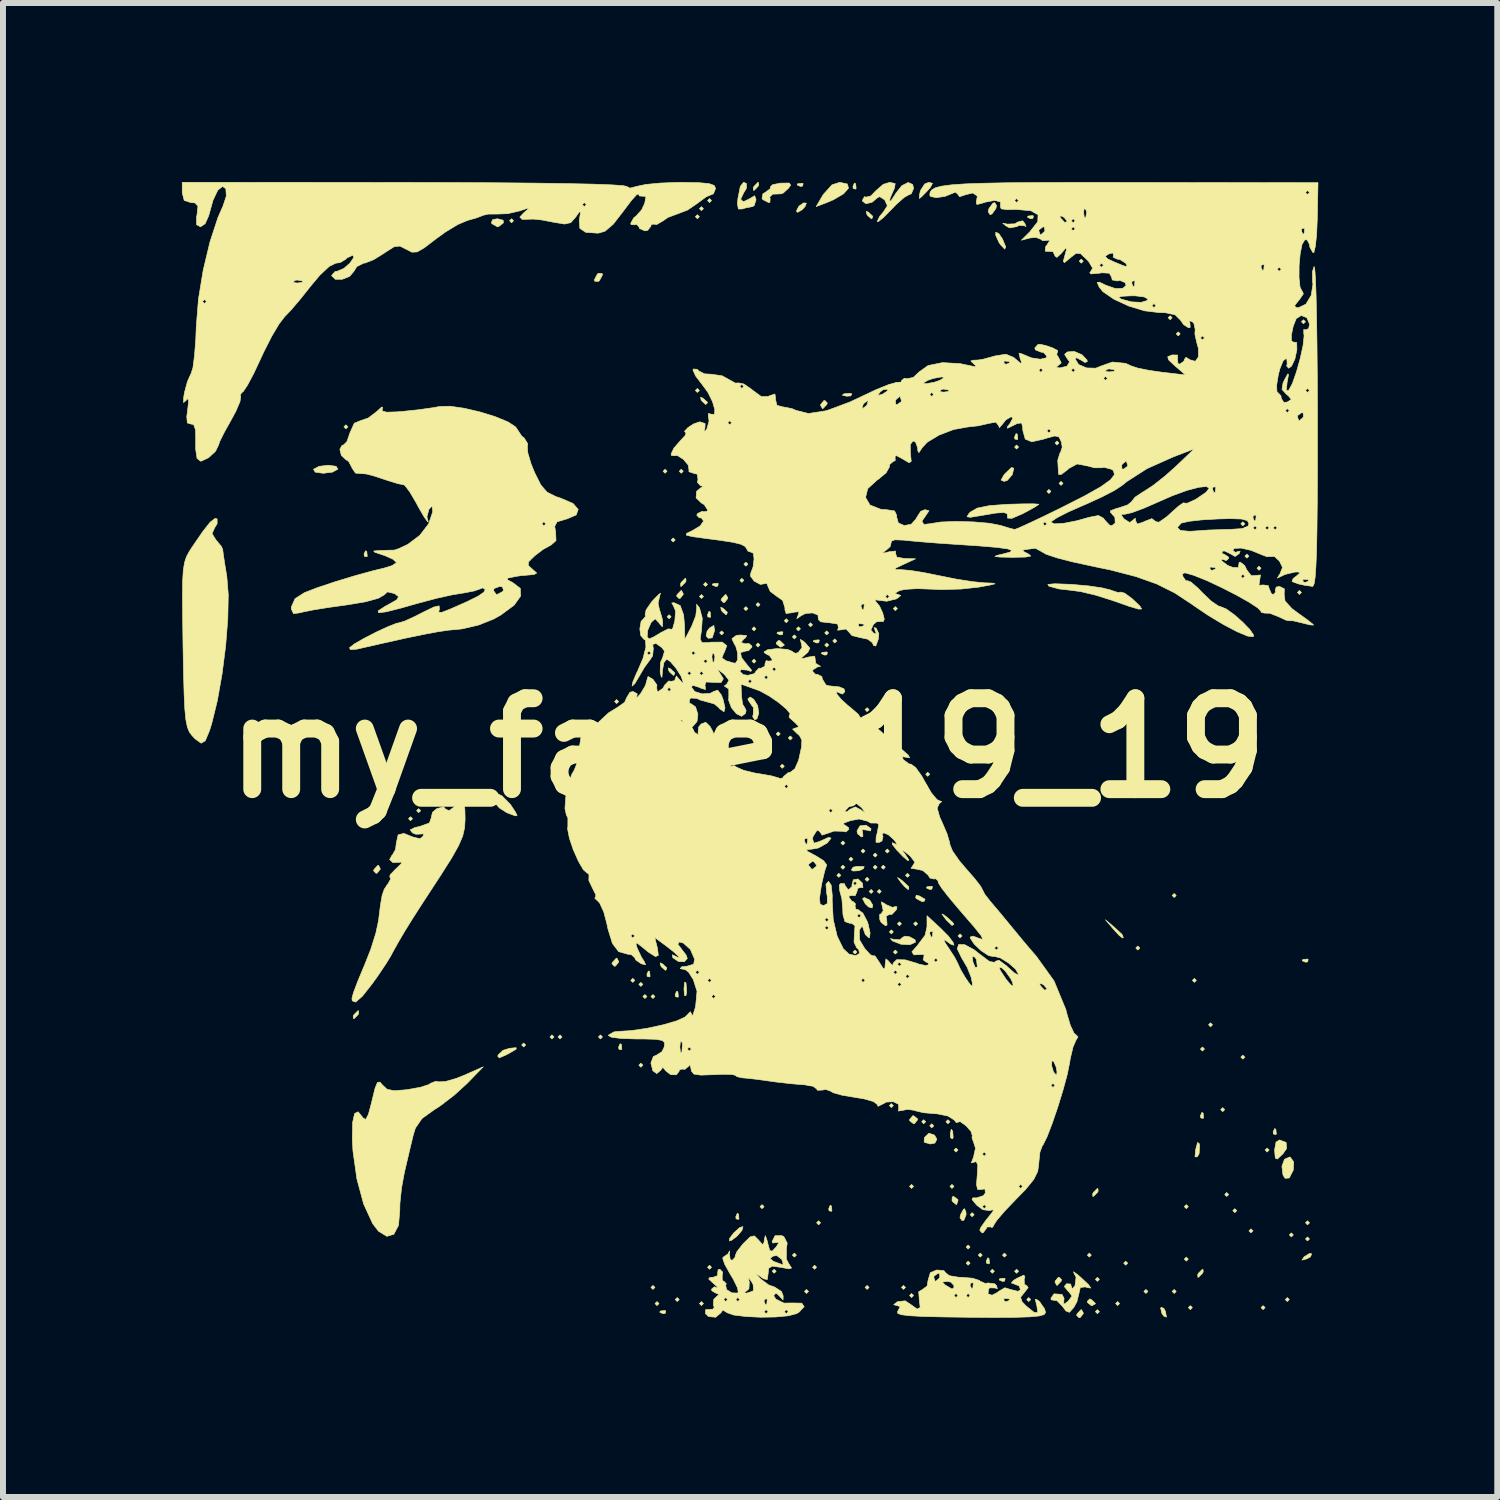
<source format=kicad_pcb>
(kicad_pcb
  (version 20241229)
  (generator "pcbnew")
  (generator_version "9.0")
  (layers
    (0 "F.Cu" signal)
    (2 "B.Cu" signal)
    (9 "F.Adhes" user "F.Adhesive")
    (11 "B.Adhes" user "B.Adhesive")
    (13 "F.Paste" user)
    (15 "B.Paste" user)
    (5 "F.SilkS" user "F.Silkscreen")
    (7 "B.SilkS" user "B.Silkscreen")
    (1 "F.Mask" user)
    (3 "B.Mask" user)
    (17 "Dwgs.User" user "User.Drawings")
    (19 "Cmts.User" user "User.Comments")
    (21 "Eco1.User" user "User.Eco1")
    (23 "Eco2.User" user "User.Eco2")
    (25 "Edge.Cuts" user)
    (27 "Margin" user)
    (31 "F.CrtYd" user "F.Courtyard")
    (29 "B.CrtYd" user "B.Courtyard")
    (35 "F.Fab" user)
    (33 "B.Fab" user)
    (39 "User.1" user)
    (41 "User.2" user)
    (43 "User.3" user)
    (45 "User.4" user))
  (footprint "my_face_19_19"
    (layer "F.Cu")
    (at 9.488 9.49)
    (property "Reference" "my_face_19_19" (at 0 0 0) (layer "F.SilkS") (effects (font (size 1.524 1.524) (thickness 0.3))))
    (attr through_hole)
    (fp_poly (pts (xy -6.706 -5.385) (xy -6.739 -5.351) (xy -6.773 -5.385) (xy -6.739 -5.419) (xy -6.706 -5.385)) (stroke (width 0.01) (type solid)) (fill yes) (layer "F.SilkS"))
    (fp_poly (pts (xy -5.622 1.185) (xy -5.656 1.219) (xy -5.69 1.185) (xy -5.656 1.151) (xy -5.622 1.185)) (stroke (width 0.01) (type solid)) (fill yes) (layer "F.SilkS"))
    (fp_poly (pts (xy -5.486 1.05) (xy -5.52 1.084) (xy -5.554 1.05) (xy -5.52 1.016) (xy -5.486 1.05)) (stroke (width 0.01) (type solid)) (fill yes) (layer "F.SilkS"))
    (fp_poly (pts (xy -3.929 -8.839) (xy -3.962 -8.805) (xy -3.996 -8.839) (xy -3.962 -8.873) (xy -3.929 -8.839)) (stroke (width 0.01) (type solid)) (fill yes) (layer "F.SilkS"))
    (fp_poly (pts (xy -3.725 4.978) (xy -3.759 5.012) (xy -3.793 4.978) (xy -3.759 4.945) (xy -3.725 4.978)) (stroke (width 0.01) (type solid)) (fill yes) (layer "F.SilkS"))
    (fp_poly (pts (xy -3.251 4.843) (xy -3.285 4.877) (xy -3.319 4.843) (xy -3.285 4.809) (xy -3.251 4.843)) (stroke (width 0.01) (type solid)) (fill yes) (layer "F.SilkS"))
    (fp_poly (pts (xy -3.116 4.843) (xy -3.15 4.877) (xy -3.183 4.843) (xy -3.15 4.809) (xy -3.116 4.843)) (stroke (width 0.01) (type solid)) (fill yes) (layer "F.SilkS"))
    (fp_poly (pts (xy -2.438 4.843) (xy -2.472 4.877) (xy -2.506 4.843) (xy -2.472 4.809) (xy -2.438 4.843)) (stroke (width 0.01) (type solid)) (fill yes) (layer "F.SilkS"))
    (fp_poly (pts (xy -2.167 -0.779) (xy -2.201 -0.745) (xy -2.235 -0.779) (xy -2.201 -0.813) (xy -2.167 -0.779)) (stroke (width 0.01) (type solid)) (fill yes) (layer "F.SilkS"))
    (fp_poly (pts (xy -1.897 3.895) (xy -1.93 3.929) (xy -1.964 3.895) (xy -1.93 3.861) (xy -1.897 3.895)) (stroke (width 0.01) (type solid)) (fill yes) (layer "F.SilkS"))
    (fp_poly (pts (xy -1.761 3.962) (xy -1.795 3.996) (xy -1.829 3.962) (xy -1.795 3.929) (xy -1.761 3.962)) (stroke (width 0.01) (type solid)) (fill yes) (layer "F.SilkS"))
    (fp_poly (pts (xy -1.761 5.317) (xy -1.795 5.351) (xy -1.829 5.317) (xy -1.795 5.283) (xy -1.761 5.317)) (stroke (width 0.01) (type solid)) (fill yes) (layer "F.SilkS"))
    (fp_poly (pts (xy -1.693 4.166) (xy -1.727 4.199) (xy -1.761 4.166) (xy -1.727 4.132) (xy -1.693 4.166)) (stroke (width 0.01) (type solid)) (fill yes) (layer "F.SilkS"))
    (fp_poly (pts (xy -1.558 4.166) (xy -1.592 4.199) (xy -1.626 4.166) (xy -1.592 4.132) (xy -1.558 4.166)) (stroke (width 0.01) (type solid)) (fill yes) (layer "F.SilkS"))
    (fp_poly (pts (xy -1.558 9.042) (xy -1.592 9.076) (xy -1.626 9.042) (xy -1.592 9.009) (xy -1.558 9.042)) (stroke (width 0.01) (type solid)) (fill yes) (layer "F.SilkS"))
    (fp_poly (pts (xy -1.49 9.313) (xy -1.524 9.347) (xy -1.558 9.313) (xy -1.524 9.279) (xy -1.49 9.313)) (stroke (width 0.01) (type solid)) (fill yes) (layer "F.SilkS"))
    (fp_poly (pts (xy -1.355 -4.64) (xy -1.389 -4.606) (xy -1.422 -4.64) (xy -1.389 -4.674) (xy -1.355 -4.64)) (stroke (width 0.01) (type solid)) (fill yes) (layer "F.SilkS"))
    (fp_poly (pts (xy -1.287 -2.201) (xy -1.321 -2.167) (xy -1.355 -2.201) (xy -1.321 -2.235) (xy -1.287 -2.201)) (stroke (width 0.01) (type solid)) (fill yes) (layer "F.SilkS"))
    (fp_poly (pts (xy -1.219 -3.488) (xy -1.253 -3.454) (xy -1.287 -3.488) (xy -1.253 -3.522) (xy -1.219 -3.488)) (stroke (width 0.01) (type solid)) (fill yes) (layer "F.SilkS"))
    (fp_poly (pts (xy -1.151 9.246) (xy -1.185 9.279) (xy -1.219 9.246) (xy -1.185 9.212) (xy -1.151 9.246)) (stroke (width 0.01) (type solid)) (fill yes) (layer "F.SilkS"))
    (fp_poly (pts (xy -1.084 -4.64) (xy -1.118 -4.606) (xy -1.151 -4.64) (xy -1.118 -4.674) (xy -1.084 -4.64)) (stroke (width 0.01) (type solid)) (fill yes) (layer "F.SilkS"))
    (fp_poly (pts (xy -0.813 -8.907) (xy -0.847 -8.873) (xy -0.881 -8.907) (xy -0.847 -8.941) (xy -0.813 -8.907)) (stroke (width 0.01) (type solid)) (fill yes) (layer "F.SilkS"))
    (fp_poly (pts (xy -0.813 -5.994) (xy -0.847 -5.961) (xy -0.881 -5.994) (xy -0.847 -6.028) (xy -0.813 -5.994)) (stroke (width 0.01) (type solid)) (fill yes) (layer "F.SilkS"))
    (fp_poly (pts (xy -0.745 -9.042) (xy -0.779 -9.009) (xy -0.813 -9.042) (xy -0.779 -9.076) (xy -0.745 -9.042)) (stroke (width 0.01) (type solid)) (fill yes) (layer "F.SilkS"))
    (fp_poly (pts (xy -0.745 -2.54) (xy -0.779 -2.506) (xy -0.813 -2.54) (xy -0.779 -2.574) (xy -0.745 -2.54)) (stroke (width 0.01) (type solid)) (fill yes) (layer "F.SilkS"))
    (fp_poly (pts (xy -0.745 9.313) (xy -0.779 9.347) (xy -0.813 9.313) (xy -0.779 9.279) (xy -0.745 9.313)) (stroke (width 0.01) (type solid)) (fill yes) (layer "F.SilkS"))
    (fp_poly (pts (xy -0.677 -2.743) (xy -0.711 -2.709) (xy -0.745 -2.743) (xy -0.711 -2.777) (xy -0.677 -2.743)) (stroke (width 0.01) (type solid)) (fill yes) (layer "F.SilkS"))
    (fp_poly (pts (xy -0.61 -9.178) (xy -0.643 -9.144) (xy -0.677 -9.178) (xy -0.643 -9.212) (xy -0.61 -9.178)) (stroke (width 0.01) (type solid)) (fill yes) (layer "F.SilkS"))
    (fp_poly (pts (xy -0.61 8.704) (xy -0.643 8.738) (xy -0.677 8.704) (xy -0.643 8.67) (xy -0.61 8.704)) (stroke (width 0.01) (type solid)) (fill yes) (layer "F.SilkS"))
    (fp_poly (pts (xy -0.406 -1.93) (xy -0.44 -1.897) (xy -0.474 -1.93) (xy -0.44 -1.964) (xy -0.406 -1.93)) (stroke (width 0.01) (type solid)) (fill yes) (layer "F.SilkS"))
    (fp_poly (pts (xy -0.068 -2.811) (xy -0.102 -2.777) (xy -0.135 -2.811) (xy -0.102 -2.845) (xy -0.068 -2.811)) (stroke (width 0.01) (type solid)) (fill yes) (layer "F.SilkS"))
    (fp_poly (pts (xy 0 -3.082) (xy -0.034 -3.048) (xy -0.068 -3.082) (xy -0.034 -3.116) (xy 0 -3.082)) (stroke (width 0.01) (type solid)) (fill yes) (layer "F.SilkS"))
    (fp_poly (pts (xy 0 -2.337) (xy -0.034 -2.303) (xy -0.068 -2.337) (xy -0.034 -2.371) (xy 0 -2.337)) (stroke (width 0.01) (type solid)) (fill yes) (layer "F.SilkS"))
    (fp_poly (pts (xy 0.135 -1.998) (xy 0.102 -1.964) (xy 0.068 -1.998) (xy 0.102 -2.032) (xy 0.135 -1.998)) (stroke (width 0.01) (type solid)) (fill yes) (layer "F.SilkS"))
    (fp_poly (pts (xy 0.135 -1.456) (xy 0.102 -1.422) (xy 0.068 -1.456) (xy 0.102 -1.49) (xy 0.135 -1.456)) (stroke (width 0.01) (type solid)) (fill yes) (layer "F.SilkS"))
    (fp_poly (pts (xy 0.203 -2.405) (xy 0.169 -2.371) (xy 0.135 -2.405) (xy 0.169 -2.438) (xy 0.203 -2.405)) (stroke (width 0.01) (type solid)) (fill yes) (layer "F.SilkS"))
    (fp_poly (pts (xy 0.203 -1.727) (xy 0.169 -1.693) (xy 0.135 -1.727) (xy 0.169 -1.761) (xy 0.203 -1.727)) (stroke (width 0.01) (type solid)) (fill yes) (layer "F.SilkS"))
    (fp_poly (pts (xy 0.271 7.688) (xy 0.237 7.722) (xy 0.203 7.688) (xy 0.237 7.654) (xy 0.271 7.688)) (stroke (width 0.01) (type solid)) (fill yes) (layer "F.SilkS"))
    (fp_poly (pts (xy 0.474 8.771) (xy 0.44 8.805) (xy 0.406 8.771) (xy 0.44 8.738) (xy 0.474 8.771)) (stroke (width 0.01) (type solid)) (fill yes) (layer "F.SilkS"))
    (fp_poly (pts (xy 0.542 -0.237) (xy 0.508 -0.203) (xy 0.474 -0.237) (xy 0.508 -0.271) (xy 0.542 -0.237)) (stroke (width 0.01) (type solid)) (fill yes) (layer "F.SilkS"))
    (fp_poly (pts (xy 0.61 0.305) (xy 0.576 0.339) (xy 0.542 0.305) (xy 0.576 0.271) (xy 0.61 0.305)) (stroke (width 0.01) (type solid)) (fill yes) (layer "F.SilkS"))
    (fp_poly (pts (xy 0.677 -2.134) (xy 0.643 -2.1) (xy 0.61 -2.134) (xy 0.643 -2.167) (xy 0.677 -2.134)) (stroke (width 0.01) (type solid)) (fill yes) (layer "F.SilkS"))
    (fp_poly (pts (xy 0.745 -0.169) (xy 0.711 -0.135) (xy 0.677 -0.169) (xy 0.711 -0.203) (xy 0.745 -0.169)) (stroke (width 0.01) (type solid)) (fill yes) (layer "F.SilkS"))
    (fp_poly (pts (xy 0.813 -1.863) (xy 0.779 -1.829) (xy 0.745 -1.863) (xy 0.779 -1.897) (xy 0.813 -1.863)) (stroke (width 0.01) (type solid)) (fill yes) (layer "F.SilkS"))
    (fp_poly (pts (xy 0.813 8.501) (xy 0.779 8.534) (xy 0.745 8.501) (xy 0.779 8.467) (xy 0.813 8.501)) (stroke (width 0.01) (type solid)) (fill yes) (layer "F.SilkS"))
    (fp_poly (pts (xy 0.881 -1.998) (xy 0.847 -1.964) (xy 0.813 -1.998) (xy 0.847 -2.032) (xy 0.881 -1.998)) (stroke (width 0.01) (type solid)) (fill yes) (layer "F.SilkS"))
    (fp_poly (pts (xy 1.016 9.11) (xy 0.982 9.144) (xy 0.948 9.11) (xy 0.982 9.076) (xy 1.016 9.11)) (stroke (width 0.01) (type solid)) (fill yes) (layer "F.SilkS"))
    (fp_poly (pts (xy 1.084 -2.066) (xy 1.05 -2.032) (xy 1.016 -2.066) (xy 1.05 -2.1) (xy 1.084 -2.066)) (stroke (width 0.01) (type solid)) (fill yes) (layer "F.SilkS"))
    (fp_poly (pts (xy 1.151 8.704) (xy 1.118 8.738) (xy 1.084 8.704) (xy 1.118 8.67) (xy 1.151 8.704)) (stroke (width 0.01) (type solid)) (fill yes) (layer "F.SilkS"))
    (fp_poly (pts (xy 1.219 7.959) (xy 1.185 7.993) (xy 1.151 7.959) (xy 1.185 7.925) (xy 1.219 7.959)) (stroke (width 0.01) (type solid)) (fill yes) (layer "F.SilkS"))
    (fp_poly (pts (xy 1.355 -1.93) (xy 1.321 -1.897) (xy 1.287 -1.93) (xy 1.321 -1.964) (xy 1.355 -1.93)) (stroke (width 0.01) (type solid)) (fill yes) (layer "F.SilkS"))
    (fp_poly (pts (xy 1.355 -1.727) (xy 1.321 -1.693) (xy 1.287 -1.727) (xy 1.321 -1.761) (xy 1.355 -1.727)) (stroke (width 0.01) (type solid)) (fill yes) (layer "F.SilkS"))
    (fp_poly (pts (xy 1.49 -1.795) (xy 1.456 -1.761) (xy 1.422 -1.795) (xy 1.456 -1.829) (xy 1.49 -1.795)) (stroke (width 0.01) (type solid)) (fill yes) (layer "F.SilkS"))
    (fp_poly (pts (xy 1.558 2.134) (xy 1.524 2.167) (xy 1.49 2.134) (xy 1.524 2.1) (xy 1.558 2.134)) (stroke (width 0.01) (type solid)) (fill yes) (layer "F.SilkS"))
    (fp_poly (pts (xy 1.626 1.592) (xy 1.592 1.626) (xy 1.558 1.592) (xy 1.592 1.558) (xy 1.626 1.592)) (stroke (width 0.01) (type solid)) (fill yes) (layer "F.SilkS"))
    (fp_poly (pts (xy 1.626 1.998) (xy 1.592 2.032) (xy 1.558 1.998) (xy 1.592 1.964) (xy 1.626 1.998)) (stroke (width 0.01) (type solid)) (fill yes) (layer "F.SilkS"))
    (fp_poly (pts (xy 1.761 1.863) (xy 1.727 1.897) (xy 1.693 1.863) (xy 1.727 1.829) (xy 1.761 1.863)) (stroke (width 0.01) (type solid)) (fill yes) (layer "F.SilkS"))
    (fp_poly (pts (xy 1.829 3.421) (xy 1.795 3.454) (xy 1.761 3.421) (xy 1.795 3.387) (xy 1.829 3.421)) (stroke (width 0.01) (type solid)) (fill yes) (layer "F.SilkS"))
    (fp_poly (pts (xy 1.964 1.727) (xy 1.93 1.761) (xy 1.897 1.727) (xy 1.93 1.693) (xy 1.964 1.727)) (stroke (width 0.01) (type solid)) (fill yes) (layer "F.SilkS"))
    (fp_poly (pts (xy 2.032 -0.643) (xy 1.998 -0.61) (xy 1.964 -0.643) (xy 1.998 -0.677) (xy 2.032 -0.643)) (stroke (width 0.01) (type solid)) (fill yes) (layer "F.SilkS"))
    (fp_poly (pts (xy 2.032 2.201) (xy 1.998 2.235) (xy 1.964 2.201) (xy 1.998 2.167) (xy 2.032 2.201)) (stroke (width 0.01) (type solid)) (fill yes) (layer "F.SilkS"))
    (fp_poly (pts (xy 2.032 9.042) (xy 1.998 9.076) (xy 1.964 9.042) (xy 1.998 9.009) (xy 2.032 9.042)) (stroke (width 0.01) (type solid)) (fill yes) (layer "F.SilkS"))
    (fp_poly (pts (xy 2.1 2.405) (xy 2.066 2.438) (xy 2.032 2.405) (xy 2.066 2.371) (xy 2.1 2.405)) (stroke (width 0.01) (type solid)) (fill yes) (layer "F.SilkS"))
    (fp_poly (pts (xy 2.167 1.795) (xy 2.134 1.829) (xy 2.1 1.795) (xy 2.134 1.761) (xy 2.167 1.795)) (stroke (width 0.01) (type solid)) (fill yes) (layer "F.SilkS"))
    (fp_poly (pts (xy 2.167 1.998) (xy 2.134 2.032) (xy 2.1 1.998) (xy 2.134 1.964) (xy 2.167 1.998)) (stroke (width 0.01) (type solid)) (fill yes) (layer "F.SilkS"))
    (fp_poly (pts (xy 2.235 2.405) (xy 2.201 2.438) (xy 2.167 2.405) (xy 2.201 2.371) (xy 2.235 2.405)) (stroke (width 0.01) (type solid)) (fill yes) (layer "F.SilkS"))
    (fp_poly (pts (xy 2.303 1.998) (xy 2.269 2.032) (xy 2.235 1.998) (xy 2.269 1.964) (xy 2.303 1.998)) (stroke (width 0.01) (type solid)) (fill yes) (layer "F.SilkS"))
    (fp_poly (pts (xy 2.371 -0.305) (xy 2.337 -0.271) (xy 2.303 -0.305) (xy 2.337 -0.339) (xy 2.371 -0.305)) (stroke (width 0.01) (type solid)) (fill yes) (layer "F.SilkS"))
    (fp_poly (pts (xy 2.371 1.727) (xy 2.337 1.761) (xy 2.303 1.727) (xy 2.337 1.693) (xy 2.371 1.727)) (stroke (width 0.01) (type solid)) (fill yes) (layer "F.SilkS"))
    (fp_poly (pts (xy 2.438 3.082) (xy 2.405 3.116) (xy 2.371 3.082) (xy 2.405 3.048) (xy 2.438 3.082)) (stroke (width 0.01) (type solid)) (fill yes) (layer "F.SilkS"))
    (fp_poly (pts (xy 2.438 5.994) (xy 2.405 6.028) (xy 2.371 5.994) (xy 2.405 5.961) (xy 2.438 5.994)) (stroke (width 0.01) (type solid)) (fill yes) (layer "F.SilkS"))
    (fp_poly (pts (xy 2.506 -2.337) (xy 2.472 -2.303) (xy 2.438 -2.337) (xy 2.472 -2.371) (xy 2.506 -2.337)) (stroke (width 0.01) (type solid)) (fill yes) (layer "F.SilkS"))
    (fp_poly (pts (xy 2.506 3.421) (xy 2.472 3.454) (xy 2.438 3.421) (xy 2.472 3.387) (xy 2.506 3.421)) (stroke (width 0.01) (type solid)) (fill yes) (layer "F.SilkS"))
    (fp_poly (pts (xy 2.574 2.946) (xy 2.54 2.98) (xy 2.506 2.946) (xy 2.54 2.913) (xy 2.574 2.946)) (stroke (width 0.01) (type solid)) (fill yes) (layer "F.SilkS"))
    (fp_poly (pts (xy 2.642 9.042) (xy 2.608 9.076) (xy 2.574 9.042) (xy 2.608 9.009) (xy 2.642 9.042)) (stroke (width 0.01) (type solid)) (fill yes) (layer "F.SilkS"))
    (fp_poly (pts (xy 2.709 2.134) (xy 2.675 2.167) (xy 2.642 2.134) (xy 2.675 2.1) (xy 2.709 2.134)) (stroke (width 0.01) (type solid)) (fill yes) (layer "F.SilkS"))
    (fp_poly (pts (xy 2.777 7.349) (xy 2.743 7.383) (xy 2.709 7.349) (xy 2.743 7.315) (xy 2.777 7.349)) (stroke (width 0.01) (type solid)) (fill yes) (layer "F.SilkS"))
    (fp_poly (pts (xy 2.777 9.178) (xy 2.743 9.212) (xy 2.709 9.178) (xy 2.743 9.144) (xy 2.777 9.178)) (stroke (width 0.01) (type solid)) (fill yes) (layer "F.SilkS"))
    (fp_poly (pts (xy 2.845 2.946) (xy 2.811 2.98) (xy 2.777 2.946) (xy 2.811 2.913) (xy 2.845 2.946)) (stroke (width 0.01) (type solid)) (fill yes) (layer "F.SilkS"))
    (fp_poly (pts (xy 2.98 6.265) (xy 2.946 6.299) (xy 2.913 6.265) (xy 2.946 6.231) (xy 2.98 6.265)) (stroke (width 0.01) (type solid)) (fill yes) (layer "F.SilkS"))
    (fp_poly (pts (xy 3.048 0.44) (xy 3.014 0.474) (xy 2.98 0.44) (xy 3.014 0.406) (xy 3.048 0.44)) (stroke (width 0.01) (type solid)) (fill yes) (layer "F.SilkS"))
    (fp_poly (pts (xy 3.116 6.333) (xy 3.082 6.367) (xy 3.048 6.333) (xy 3.082 6.299) (xy 3.116 6.333)) (stroke (width 0.01) (type solid)) (fill yes) (layer "F.SilkS"))
    (fp_poly (pts (xy 3.387 6.265) (xy 3.353 6.299) (xy 3.319 6.265) (xy 3.353 6.231) (xy 3.387 6.265)) (stroke (width 0.01) (type solid)) (fill yes) (layer "F.SilkS"))
    (fp_poly (pts (xy 3.454 7.349) (xy 3.421 7.383) (xy 3.387 7.349) (xy 3.421 7.315) (xy 3.454 7.349)) (stroke (width 0.01) (type solid)) (fill yes) (layer "F.SilkS"))
    (fp_poly (pts (xy 3.522 6.739) (xy 3.488 6.773) (xy 3.454 6.739) (xy 3.488 6.706) (xy 3.522 6.739)) (stroke (width 0.01) (type solid)) (fill yes) (layer "F.SilkS"))
    (fp_poly (pts (xy 3.59 3.15) (xy 3.556 3.183) (xy 3.522 3.15) (xy 3.556 3.116) (xy 3.59 3.15)) (stroke (width 0.01) (type solid)) (fill yes) (layer "F.SilkS"))
    (fp_poly (pts (xy 3.725 8.365) (xy 3.691 8.399) (xy 3.658 8.365) (xy 3.691 8.331) (xy 3.725 8.365)) (stroke (width 0.01) (type solid)) (fill yes) (layer "F.SilkS"))
    (fp_poly (pts (xy 3.725 8.636) (xy 3.691 8.67) (xy 3.658 8.636) (xy 3.691 8.602) (xy 3.725 8.636)) (stroke (width 0.01) (type solid)) (fill yes) (layer "F.SilkS"))
    (fp_poly (pts (xy 3.793 7.823) (xy 3.759 7.857) (xy 3.725 7.823) (xy 3.759 7.789) (xy 3.793 7.823)) (stroke (width 0.01) (type solid)) (fill yes) (layer "F.SilkS"))
    (fp_poly (pts (xy 3.929 8.501) (xy 3.895 8.534) (xy 3.861 8.501) (xy 3.895 8.467) (xy 3.929 8.501)) (stroke (width 0.01) (type solid)) (fill yes) (layer "F.SilkS"))
    (fp_poly (pts (xy 4.132 8.771) (xy 4.098 8.805) (xy 4.064 8.771) (xy 4.098 8.738) (xy 4.132 8.771)) (stroke (width 0.01) (type solid)) (fill yes) (layer "F.SilkS"))
    (fp_poly (pts (xy 4.335 8.501) (xy 4.301 8.534) (xy 4.267 8.501) (xy 4.301 8.467) (xy 4.335 8.501)) (stroke (width 0.01) (type solid)) (fill yes) (layer "F.SilkS"))
    (fp_poly (pts (xy 4.538 -5.046) (xy 4.504 -5.012) (xy 4.47 -5.046) (xy 4.504 -5.08) (xy 4.538 -5.046)) (stroke (width 0.01) (type solid)) (fill yes) (layer "F.SilkS"))
    (fp_poly (pts (xy 4.538 8.771) (xy 4.504 8.805) (xy 4.47 8.771) (xy 4.504 8.738) (xy 4.538 8.771)) (stroke (width 0.01) (type solid)) (fill yes) (layer "F.SilkS"))
    (fp_poly (pts (xy 4.741 9.246) (xy 4.707 9.279) (xy 4.674 9.246) (xy 4.707 9.212) (xy 4.741 9.246)) (stroke (width 0.01) (type solid)) (fill yes) (layer "F.SilkS"))
    (fp_poly (pts (xy 5.08 -4.301) (xy 5.046 -4.267) (xy 5.012 -4.301) (xy 5.046 -4.335) (xy 5.08 -4.301)) (stroke (width 0.01) (type solid)) (fill yes) (layer "F.SilkS"))
    (fp_poly (pts (xy 5.215 -5.114) (xy 5.182 -5.08) (xy 5.148 -5.114) (xy 5.182 -5.148) (xy 5.215 -5.114)) (stroke (width 0.01) (type solid)) (fill yes) (layer "F.SilkS"))
    (fp_poly (pts (xy 5.283 -4.437) (xy 5.249 -4.403) (xy 5.215 -4.437) (xy 5.249 -4.47) (xy 5.283 -4.437)) (stroke (width 0.01) (type solid)) (fill yes) (layer "F.SilkS"))
    (fp_poly (pts (xy 5.622 -8.162) (xy 5.588 -8.128) (xy 5.554 -8.162) (xy 5.588 -8.196) (xy 5.622 -8.162)) (stroke (width 0.01) (type solid)) (fill yes) (layer "F.SilkS"))
    (fp_poly (pts (xy 5.757 8.501) (xy 5.723 8.534) (xy 5.69 8.501) (xy 5.723 8.467) (xy 5.757 8.501)) (stroke (width 0.01) (type solid)) (fill yes) (layer "F.SilkS"))
    (fp_poly (pts (xy 5.893 8.907) (xy 5.859 8.941) (xy 5.825 8.907) (xy 5.859 8.873) (xy 5.893 8.907)) (stroke (width 0.01) (type solid)) (fill yes) (layer "F.SilkS"))
    (fp_poly (pts (xy 5.893 9.449) (xy 5.859 9.483) (xy 5.825 9.449) (xy 5.859 9.415) (xy 5.893 9.449)) (stroke (width 0.01) (type solid)) (fill yes) (layer "F.SilkS"))
    (fp_poly (pts (xy 6.231 9.313) (xy 6.198 9.347) (xy 6.164 9.313) (xy 6.198 9.279) (xy 6.231 9.313)) (stroke (width 0.01) (type solid)) (fill yes) (layer "F.SilkS"))
    (fp_poly (pts (xy 6.367 8.636) (xy 6.333 8.67) (xy 6.299 8.636) (xy 6.333 8.602) (xy 6.367 8.636)) (stroke (width 0.01) (type solid)) (fill yes) (layer "F.SilkS"))
    (fp_poly (pts (xy 6.57 3.353) (xy 6.536 3.387) (xy 6.502 3.353) (xy 6.536 3.319) (xy 6.57 3.353)) (stroke (width 0.01) (type solid)) (fill yes) (layer "F.SilkS"))
    (fp_poly (pts (xy 6.706 9.11) (xy 6.672 9.144) (xy 6.638 9.11) (xy 6.672 9.076) (xy 6.706 9.11)) (stroke (width 0.01) (type solid)) (fill yes) (layer "F.SilkS"))
    (fp_poly (pts (xy 7.112 -7.214) (xy 7.078 -7.18) (xy 7.044 -7.214) (xy 7.078 -7.247) (xy 7.112 -7.214)) (stroke (width 0.01) (type solid)) (fill yes) (layer "F.SilkS"))
    (fp_poly (pts (xy 7.18 2.472) (xy 7.146 2.506) (xy 7.112 2.472) (xy 7.146 2.438) (xy 7.18 2.472)) (stroke (width 0.01) (type solid)) (fill yes) (layer "F.SilkS"))
    (fp_poly (pts (xy 7.18 9.11) (xy 7.146 9.144) (xy 7.112 9.11) (xy 7.146 9.076) (xy 7.18 9.11)) (stroke (width 0.01) (type solid)) (fill yes) (layer "F.SilkS"))
    (fp_poly (pts (xy 7.247 -6.943) (xy 7.214 -6.909) (xy 7.18 -6.943) (xy 7.214 -6.977) (xy 7.247 -6.943)) (stroke (width 0.01) (type solid)) (fill yes) (layer "F.SilkS"))
    (fp_poly (pts (xy 7.383 7.688) (xy 7.349 7.722) (xy 7.315 7.688) (xy 7.349 7.654) (xy 7.383 7.688)) (stroke (width 0.01) (type solid)) (fill yes) (layer "F.SilkS"))
    (fp_poly (pts (xy 7.383 8.568) (xy 7.349 8.602) (xy 7.315 8.568) (xy 7.349 8.534) (xy 7.383 8.568)) (stroke (width 0.01) (type solid)) (fill yes) (layer "F.SilkS"))
    (fp_poly (pts (xy 7.451 9.381) (xy 7.417 9.415) (xy 7.383 9.381) (xy 7.417 9.347) (xy 7.451 9.381)) (stroke (width 0.01) (type solid)) (fill yes) (layer "F.SilkS"))
    (fp_poly (pts (xy 7.518 3.895) (xy 7.485 3.929) (xy 7.451 3.895) (xy 7.485 3.861) (xy 7.518 3.895)) (stroke (width 0.01) (type solid)) (fill yes) (layer "F.SilkS"))
    (fp_poly (pts (xy 7.654 5.046) (xy 7.62 5.08) (xy 7.586 5.046) (xy 7.62 5.012) (xy 7.654 5.046)) (stroke (width 0.01) (type solid)) (fill yes) (layer "F.SilkS"))
    (fp_poly (pts (xy 7.789 4.64) (xy 7.755 4.674) (xy 7.722 4.64) (xy 7.755 4.606) (xy 7.789 4.64)) (stroke (width 0.01) (type solid)) (fill yes) (layer "F.SilkS"))
    (fp_poly (pts (xy 7.993 6.062) (xy 7.959 6.096) (xy 7.925 6.062) (xy 7.959 6.028) (xy 7.993 6.062)) (stroke (width 0.01) (type solid)) (fill yes) (layer "F.SilkS"))
    (fp_poly (pts (xy 8.06 7.485) (xy 8.026 7.518) (xy 7.993 7.485) (xy 8.026 7.451) (xy 8.06 7.485)) (stroke (width 0.01) (type solid)) (fill yes) (layer "F.SilkS"))
    (fp_poly (pts (xy 8.196 7.755) (xy 8.162 7.789) (xy 8.128 7.755) (xy 8.162 7.722) (xy 8.196 7.755)) (stroke (width 0.01) (type solid)) (fill yes) (layer "F.SilkS"))
    (fp_poly (pts (xy 8.331 -3.759) (xy 8.297 -3.725) (xy 8.263 -3.759) (xy 8.297 -3.793) (xy 8.331 -3.759)) (stroke (width 0.01) (type solid)) (fill yes) (layer "F.SilkS"))
    (fp_poly (pts (xy 8.331 0.169) (xy 8.297 0.203) (xy 8.263 0.169) (xy 8.297 0.135) (xy 8.331 0.169)) (stroke (width 0.01) (type solid)) (fill yes) (layer "F.SilkS"))
    (fp_poly (pts (xy 8.331 5.182) (xy 8.297 5.215) (xy 8.263 5.182) (xy 8.297 5.148) (xy 8.331 5.182)) (stroke (width 0.01) (type solid)) (fill yes) (layer "F.SilkS"))
    (fp_poly (pts (xy 8.399 -3.217) (xy 8.365 -3.183) (xy 8.331 -3.217) (xy 8.365 -3.251) (xy 8.399 -3.217)) (stroke (width 0.01) (type solid)) (fill yes) (layer "F.SilkS"))
    (fp_poly (pts (xy 8.467 8.094) (xy 8.433 8.128) (xy 8.399 8.094) (xy 8.433 8.06) (xy 8.467 8.094)) (stroke (width 0.01) (type solid)) (fill yes) (layer "F.SilkS"))
    (fp_poly (pts (xy 8.602 -3.014) (xy 8.568 -2.98) (xy 8.534 -3.014) (xy 8.568 -3.048) (xy 8.602 -3.014)) (stroke (width 0.01) (type solid)) (fill yes) (layer "F.SilkS"))
    (fp_poly (pts (xy 8.67 9.381) (xy 8.636 9.415) (xy 8.602 9.381) (xy 8.636 9.347) (xy 8.67 9.381)) (stroke (width 0.01) (type solid)) (fill yes) (layer "F.SilkS"))
    (fp_poly (pts (xy 8.738 6.739) (xy 8.704 6.773) (xy 8.67 6.739) (xy 8.704 6.706) (xy 8.738 6.739)) (stroke (width 0.01) (type solid)) (fill yes) (layer "F.SilkS"))
    (fp_poly (pts (xy 9.076 9.246) (xy 9.042 9.279) (xy 9.009 9.246) (xy 9.042 9.212) (xy 9.076 9.246)) (stroke (width 0.01) (type solid)) (fill yes) (layer "F.SilkS"))
    (fp_poly (pts (xy 9.144 8.162) (xy 9.11 8.196) (xy 9.076 8.162) (xy 9.11 8.128) (xy 9.144 8.162)) (stroke (width 0.01) (type solid)) (fill yes) (layer "F.SilkS"))
    (fp_poly (pts (xy 9.279 -2.608) (xy 9.246 -2.574) (xy 9.212 -2.608) (xy 9.246 -2.642) (xy 9.279 -2.608)) (stroke (width 0.01) (type solid)) (fill yes) (layer "F.SilkS"))
    (fp_poly (pts (xy 9.347 -7.146) (xy 9.313 -7.112) (xy 9.279 -7.146) (xy 9.313 -7.18) (xy 9.347 -7.146)) (stroke (width 0.01) (type solid)) (fill yes) (layer "F.SilkS"))
    (fp_poly (pts (xy 9.415 7.959) (xy 9.381 7.993) (xy 9.347 7.959) (xy 9.381 7.925) (xy 9.415 7.959)) (stroke (width 0.01) (type solid)) (fill yes) (layer "F.SilkS"))
    (fp_poly (pts (xy 9.415 8.23) (xy 9.381 8.263) (xy 9.347 8.23) (xy 9.381 8.196) (xy 9.415 8.23)) (stroke (width 0.01) (type solid)) (fill yes) (layer "F.SilkS"))
    (fp_poly (pts (xy -6.39 -3.296) (xy -6.381 -3.216) (xy -6.39 -3.206) (xy -6.43 -3.215) (xy -6.435 -3.251) (xy -6.41 -3.307) (xy -6.39 -3.296)) (stroke (width 0.01) (type solid)) (fill yes) (layer "F.SilkS"))
    (fp_poly (pts (xy -2.122 4.967) (xy -2.114 5.047) (xy -2.122 5.057) (xy -2.163 5.048) (xy -2.167 5.012) (xy -2.143 4.957) (xy -2.122 4.967)) (stroke (width 0.01) (type solid)) (fill yes) (layer "F.SilkS"))
    (fp_poly (pts (xy -1.648 3.748) (xy -1.64 3.828) (xy -1.648 3.838) (xy -1.688 3.829) (xy -1.693 3.793) (xy -1.669 3.737) (xy -1.648 3.748)) (stroke (width 0.01) (type solid)) (fill yes) (layer "F.SilkS"))
    (fp_poly (pts (xy -1.377 9.438) (xy -1.387 9.478) (xy -1.422 9.483) (xy -1.478 9.458) (xy -1.468 9.438) (xy -1.387 9.429) (xy -1.377 9.438)) (stroke (width 0.01) (type solid)) (fill yes) (layer "F.SilkS"))
    (fp_poly (pts (xy -1.174 4.087) (xy -1.166 4.167) (xy -1.174 4.177) (xy -1.214 4.168) (xy -1.219 4.132) (xy -1.194 4.076) (xy -1.174 4.087)) (stroke (width 0.01) (type solid)) (fill yes) (layer "F.SilkS"))
    (fp_poly (pts (xy -0.632 -2.28) (xy -0.624 -2.2) (xy -0.632 -2.19) (xy -0.672 -2.199) (xy -0.677 -2.235) (xy -0.653 -2.291) (xy -0.632 -2.28)) (stroke (width 0.01) (type solid)) (fill yes) (layer "F.SilkS"))
    (fp_poly (pts (xy -0.497 -2.754) (xy -0.506 -2.714) (xy -0.542 -2.709) (xy -0.598 -2.734) (xy -0.587 -2.754) (xy -0.507 -2.763) (xy -0.497 -2.754)) (stroke (width 0.01) (type solid)) (fill yes) (layer "F.SilkS"))
    (fp_poly (pts (xy -0.158 7.812) (xy -0.15 7.892) (xy -0.158 7.902) (xy -0.198 7.893) (xy -0.203 7.857) (xy -0.178 7.801) (xy -0.158 7.812)) (stroke (width 0.01) (type solid)) (fill yes) (layer "F.SilkS"))
    (fp_poly (pts (xy 0.587 -1.942) (xy 0.578 -1.901) (xy 0.542 -1.897) (xy 0.486 -1.921) (xy 0.497 -1.942) (xy 0.577 -1.95) (xy 0.587 -1.942)) (stroke (width 0.01) (type solid)) (fill yes) (layer "F.SilkS"))
    (fp_poly (pts (xy 0.926 -9.46) (xy 0.916 -9.42) (xy 0.881 -9.415) (xy 0.825 -9.44) (xy 0.835 -9.46) (xy 0.916 -9.468) (xy 0.926 -9.46)) (stroke (width 0.01) (type solid)) (fill yes) (layer "F.SilkS"))
    (fp_poly (pts (xy 1.197 -1.806) (xy 1.187 -1.766) (xy 1.151 -1.761) (xy 1.096 -1.786) (xy 1.106 -1.806) (xy 1.187 -1.814) (xy 1.197 -1.806)) (stroke (width 0.01) (type solid)) (fill yes) (layer "F.SilkS"))
    (fp_poly (pts (xy 1.332 -1.603) (xy 1.323 -1.563) (xy 1.287 -1.558) (xy 1.231 -1.583) (xy 1.242 -1.603) (xy 1.322 -1.611) (xy 1.332 -1.603)) (stroke (width 0.01) (type solid)) (fill yes) (layer "F.SilkS"))
    (fp_poly (pts (xy 1.4 7.676) (xy 1.408 7.757) (xy 1.4 7.767) (xy 1.36 7.757) (xy 1.355 7.722) (xy 1.379 7.666) (xy 1.4 7.676)) (stroke (width 0.01) (type solid)) (fill yes) (layer "F.SilkS"))
    (fp_poly (pts (xy 1.743 -5.934) (xy 1.723 -5.903) (xy 1.654 -5.898) (xy 1.582 -5.915) (xy 1.613 -5.939) (xy 1.719 -5.947) (xy 1.743 -5.934)) (stroke (width 0.01) (type solid)) (fill yes) (layer "F.SilkS"))
    (fp_poly (pts (xy 1.806 -9.46) (xy 1.814 -9.38) (xy 1.806 -9.37) (xy 1.766 -9.379) (xy 1.761 -9.415) (xy 1.786 -9.471) (xy 1.806 -9.46)) (stroke (width 0.01) (type solid)) (fill yes) (layer "F.SilkS"))
    (fp_poly (pts (xy 3.093 2.326) (xy 3.084 2.366) (xy 3.048 2.371) (xy 2.992 2.346) (xy 3.003 2.326) (xy 3.083 2.317) (xy 3.093 2.326)) (stroke (width 0.01) (type solid)) (fill yes) (layer "F.SilkS"))
    (fp_poly (pts (xy 3.433 6.422) (xy 3.441 6.528) (xy 3.428 6.552) (xy 3.397 6.532) (xy 3.392 6.463) (xy 3.409 6.391) (xy 3.433 6.422)) (stroke (width 0.01) (type solid)) (fill yes) (layer "F.SilkS"))
    (fp_poly (pts (xy 4.041 8.557) (xy 4.05 8.637) (xy 4.041 8.647) (xy 4.001 8.638) (xy 3.996 8.602) (xy 4.021 8.546) (xy 4.041 8.557)) (stroke (width 0.01) (type solid)) (fill yes) (layer "F.SilkS"))
    (fp_poly (pts (xy 4.312 8.896) (xy 4.303 8.936) (xy 4.267 8.941) (xy 4.211 8.916) (xy 4.222 8.896) (xy 4.302 8.888) (xy 4.312 8.896)) (stroke (width 0.01) (type solid)) (fill yes) (layer "F.SilkS"))
    (fp_poly (pts (xy 4.516 -5.261) (xy 4.524 -5.18) (xy 4.516 -5.17) (xy 4.475 -5.18) (xy 4.47 -5.215) (xy 4.495 -5.271) (xy 4.516 -5.261)) (stroke (width 0.01) (type solid)) (fill yes) (layer "F.SilkS"))
    (fp_poly (pts (xy 4.786 -8.918) (xy 4.777 -8.878) (xy 4.741 -8.873) (xy 4.686 -8.898) (xy 4.696 -8.918) (xy 4.777 -8.926) (xy 4.786 -8.918)) (stroke (width 0.01) (type solid)) (fill yes) (layer "F.SilkS"))
    (fp_poly (pts (xy 7.631 6.119) (xy 7.639 6.199) (xy 7.631 6.209) (xy 7.591 6.2) (xy 7.586 6.164) (xy 7.611 6.108) (xy 7.631 6.119)) (stroke (width 0.01) (type solid)) (fill yes) (layer "F.SilkS"))
    (fp_poly (pts (xy 8.85 6.39) (xy 8.859 6.47) (xy 8.85 6.48) (xy 8.81 6.471) (xy 8.805 6.435) (xy 8.83 6.379) (xy 8.85 6.39)) (stroke (width 0.01) (type solid)) (fill yes) (layer "F.SilkS"))
    (fp_poly (pts (xy 9.392 3.545) (xy 9.383 3.585) (xy 9.347 3.59) (xy 9.291 3.565) (xy 9.302 3.545) (xy 9.382 3.537) (xy 9.392 3.545)) (stroke (width 0.01) (type solid)) (fill yes) (layer "F.SilkS"))
    (fp_poly (pts (xy -1.433 3.617) (xy -1.36 3.685) (xy -1.375 3.725) (xy -1.385 3.725) (xy -1.442 3.677) (xy -1.463 3.647) (xy -1.471 3.601) (xy -1.433 3.617)) (stroke (width 0.01) (type solid)) (fill yes) (layer "F.SilkS"))
    (fp_poly (pts (xy -1.297 -1.327) (xy -1.225 -1.259) (xy -1.24 -1.22) (xy -1.249 -1.219) (xy -1.306 -1.267) (xy -1.327 -1.297) (xy -1.335 -1.344) (xy -1.297 -1.327)) (stroke (width 0.01) (type solid)) (fill yes) (layer "F.SilkS"))
    (fp_poly (pts (xy -0.756 -5.865) (xy -0.683 -5.802) (xy -0.677 -5.787) (xy -0.709 -5.759) (xy -0.776 -5.822) (xy -0.785 -5.836) (xy -0.793 -5.882) (xy -0.756 -5.865)) (stroke (width 0.01) (type solid)) (fill yes) (layer "F.SilkS"))
    (fp_poly (pts (xy -0.417 -2.343) (xy -0.344 -2.275) (xy -0.359 -2.236) (xy -0.369 -2.235) (xy -0.426 -2.283) (xy -0.447 -2.313) (xy -0.455 -2.36) (xy -0.417 -2.343)) (stroke (width 0.01) (type solid)) (fill yes) (layer "F.SilkS"))
    (fp_poly (pts (xy 0.193 -0.379) (xy 0.265 -0.311) (xy 0.251 -0.272) (xy 0.241 -0.271) (xy 0.184 -0.319) (xy 0.163 -0.349) (xy 0.155 -0.395) (xy 0.193 -0.379)) (stroke (width 0.01) (type solid)) (fill yes) (layer "F.SilkS"))
    (fp_poly (pts (xy 0.98 -9.134) (xy 0.957 -9.076) (xy 0.908 -9.023) (xy 0.831 -8.98) (xy 0.813 -9.002) (xy 0.854 -9.083) (xy 0.934 -9.139) (xy 0.98 -9.134)) (stroke (width 0.01) (type solid)) (fill yes) (layer "F.SilkS"))
    (fp_poly (pts (xy 1.949 1.987) (xy 1.936 2.023) (xy 1.865 2.056) (xy 1.761 2.062) (xy 1.734 2.043) (xy 1.763 1.998) (xy 1.833 1.983) (xy 1.949 1.987)) (stroke (width 0.01) (type solid)) (fill yes) (layer "F.SilkS"))
    (fp_poly (pts (xy 2.022 -8.981) (xy 2.094 -8.913) (xy 2.079 -8.874) (xy 2.07 -8.873) (xy 2.013 -8.921) (xy 1.992 -8.951) (xy 1.984 -8.998) (xy 2.022 -8.981)) (stroke (width 0.01) (type solid)) (fill yes) (layer "F.SilkS"))
    (fp_poly (pts (xy 2.041 2.548) (xy 2.093 2.633) (xy 2.082 2.682) (xy 2.021 2.663) (xy 1.966 2.609) (xy 1.922 2.524) (xy 1.952 2.506) (xy 2.041 2.548)) (stroke (width 0.01) (type solid)) (fill yes) (layer "F.SilkS"))
    (fp_poly (pts (xy 2.875 2.48) (xy 2.97 2.535) (xy 2.955 2.57) (xy 2.917 2.574) (xy 2.825 2.525) (xy 2.811 2.507) (xy 2.822 2.468) (xy 2.875 2.48)) (stroke (width 0.01) (type solid)) (fill yes) (layer "F.SilkS"))
    (fp_poly (pts (xy 3.128 6.489) (xy 3.168 6.557) (xy 3.135 6.622) (xy 3.056 6.638) (xy 2.955 6.608) (xy 2.957 6.533) (xy 3.034 6.457) (xy 3.128 6.489)) (stroke (width 0.01) (type solid)) (fill yes) (layer "F.SilkS"))
    (fp_poly (pts (xy 6.147 3.008) (xy 6.275 3.128) (xy 6.293 3.18) (xy 6.276 3.183) (xy 6.221 3.138) (xy 6.123 3.031) (xy 5.994 2.879) (xy 6.147 3.008)) (stroke (width 0.01) (type solid)) (fill yes) (layer "F.SilkS"))
    (fp_poly (pts (xy 6.974 9.396) (xy 7 9.446) (xy 7.017 9.541) (xy 6.972 9.523) (xy 6.94 9.478) (xy 6.919 9.39) (xy 6.928 9.374) (xy 6.974 9.396)) (stroke (width 0.01) (type solid)) (fill yes) (layer "F.SilkS"))
    (fp_poly (pts (xy 9.451 8.48) (xy 9.43 8.53) (xy 9.367 8.564) (xy 9.288 8.585) (xy 9.32 8.535) (xy 9.329 8.526) (xy 9.418 8.472) (xy 9.451 8.48)) (stroke (width 0.01) (type solid)) (fill yes) (layer "F.SilkS"))
    (fp_poly (pts (xy -6.524 4.446) (xy -6.536 4.47) (xy -6.6 4.535) (xy -6.612 4.538) (xy -6.617 4.494) (xy -6.604 4.47) (xy -6.54 4.406) (xy -6.528 4.403) (xy -6.524 4.446)) (stroke (width 0.01) (type solid)) (fill yes) (layer "F.SilkS"))
    (fp_poly (pts (xy -6.165 2.017) (xy -6.164 2.032) (xy -6.216 2.097) (xy -6.235 2.1) (xy -6.276 2.058) (xy -6.265 2.032) (xy -6.204 1.967) (xy -6.194 1.964) (xy -6.165 2.017)) (stroke (width 0.01) (type solid)) (fill yes) (layer "F.SilkS"))
    (fp_poly (pts (xy -4.103 -8.848) (xy -4.098 -8.805) (xy -4.181 -8.74) (xy -4.199 -8.738) (xy -4.287 -8.787) (xy -4.301 -8.805) (xy -4.28 -8.858) (xy -4.199 -8.873) (xy -4.103 -8.848)) (stroke (width 0.01) (type solid)) (fill yes) (layer "F.SilkS"))
    (fp_poly (pts (xy -2.444 -7.956) (xy -2.438 -7.933) (xy -2.488 -7.837) (xy -2.506 -7.823) (xy -2.569 -7.826) (xy -2.574 -7.849) (xy -2.524 -7.945) (xy -2.506 -7.959) (xy -2.444 -7.956)) (stroke (width 0.01) (type solid)) (fill yes) (layer "F.SilkS"))
    (fp_poly (pts (xy -2.168 3.575) (xy -2.167 3.59) (xy -2.22 3.655) (xy -2.239 3.658) (xy -2.28 3.616) (xy -2.269 3.59) (xy -2.208 3.525) (xy -2.197 3.522) (xy -2.168 3.575)) (stroke (width 0.01) (type solid)) (fill yes) (layer "F.SilkS"))
    (fp_poly (pts (xy -1.085 -2.589) (xy -1.084 -2.574) (xy -1.136 -2.509) (xy -1.155 -2.506) (xy -1.196 -2.548) (xy -1.185 -2.574) (xy -1.124 -2.638) (xy -1.114 -2.642) (xy -1.085 -2.589)) (stroke (width 0.01) (type solid)) (fill yes) (layer "F.SilkS"))
    (fp_poly (pts (xy -1.04 3.935) (xy -1.037 3.947) (xy -1.027 4.094) (xy -1.039 4.15) (xy -1.062 4.152) (xy -1.071 4.046) (xy -1.071 4.03) (xy -1.061 3.925) (xy -1.04 3.935)) (stroke (width 0.01) (type solid)) (fill yes) (layer "F.SilkS"))
    (fp_poly (pts (xy -1.037 -2.801) (xy -1.05 -2.777) (xy -1.114 -2.712) (xy -1.126 -2.709) (xy -1.13 -2.753) (xy -1.118 -2.777) (xy -1.054 -2.842) (xy -1.042 -2.845) (xy -1.037 -2.801)) (stroke (width 0.01) (type solid)) (fill yes) (layer "F.SilkS"))
    (fp_poly (pts (xy -0.559 -1.98) (xy -0.561 -1.963) (xy -0.598 -1.847) (xy -0.666 -1.84) (xy -0.7 -1.88) (xy -0.684 -1.961) (xy -0.641 -2.014) (xy -0.572 -2.055) (xy -0.559 -1.98)) (stroke (width 0.01) (type solid)) (fill yes) (layer "F.SilkS"))
    (fp_poly (pts (xy -0.339 -2.521) (xy -0.339 -2.506) (xy -0.391 -2.441) (xy -0.41 -2.438) (xy -0.451 -2.48) (xy -0.44 -2.506) (xy -0.379 -2.571) (xy -0.369 -2.574) (xy -0.339 -2.521)) (stroke (width 0.01) (type solid)) (fill yes) (layer "F.SilkS"))
    (fp_poly (pts (xy -0.099 8.085) (xy -0.177 8.178) (xy -0.27 8.25) (xy -0.31 8.263) (xy -0.308 8.222) (xy -0.237 8.128) (xy -0.137 8.038) (xy -0.083 8.023) (xy -0.099 8.085)) (stroke (width 0.01) (type solid)) (fill yes) (layer "F.SilkS"))
    (fp_poly (pts (xy 0.182 -9.439) (xy 0.169 -9.415) (xy 0.106 -9.35) (xy 0.094 -9.347) (xy 0.089 -9.391) (xy 0.102 -9.415) (xy 0.165 -9.48) (xy 0.177 -9.483) (xy 0.182 -9.439)) (stroke (width 0.01) (type solid)) (fill yes) (layer "F.SilkS"))
    (fp_poly (pts (xy 0.542 -1.795) (xy 0.606 -1.734) (xy 0.61 -1.723) (xy 0.557 -1.694) (xy 0.542 -1.693) (xy 0.477 -1.745) (xy 0.474 -1.765) (xy 0.516 -1.806) (xy 0.542 -1.795)) (stroke (width 0.01) (type solid)) (fill yes) (layer "F.SilkS"))
    (fp_poly (pts (xy 1.331 -5.784) (xy 1.321 -5.757) (xy 1.26 -5.693) (xy 1.249 -5.69) (xy 1.22 -5.742) (xy 1.219 -5.757) (xy 1.271 -5.822) (xy 1.291 -5.825) (xy 1.331 -5.784)) (stroke (width 0.01) (type solid)) (fill yes) (layer "F.SilkS"))
    (fp_poly (pts (xy 2.542 2.189) (xy 2.591 2.227) (xy 2.696 2.325) (xy 2.696 2.37) (xy 2.684 2.371) (xy 2.627 2.324) (xy 2.565 2.252) (xy 2.507 2.172) (xy 2.542 2.189)) (stroke (width 0.01) (type solid)) (fill yes) (layer "F.SilkS"))
    (fp_poly (pts (xy 2.843 6.215) (xy 2.845 6.231) (xy 2.793 6.297) (xy 2.777 6.299) (xy 2.711 6.248) (xy 2.709 6.231) (xy 2.761 6.166) (xy 2.777 6.164) (xy 2.843 6.215)) (stroke (width 0.01) (type solid)) (fill yes) (layer "F.SilkS"))
    (fp_poly (pts (xy 3.287 2.798) (xy 3.336 2.836) (xy 3.43 2.92) (xy 3.454 2.955) (xy 3.421 2.975) (xy 3.331 2.888) (xy 3.31 2.862) (xy 3.252 2.782) (xy 3.287 2.798)) (stroke (width 0.01) (type solid)) (fill yes) (layer "F.SilkS"))
    (fp_poly (pts (xy 3.519 7.568) (xy 3.522 7.586) (xy 3.499 7.652) (xy 3.492 7.654) (xy 3.434 7.606) (xy 3.421 7.586) (xy 3.426 7.524) (xy 3.45 7.518) (xy 3.519 7.568)) (stroke (width 0.01) (type solid)) (fill yes) (layer "F.SilkS"))
    (fp_poly (pts (xy 3.655 7.777) (xy 3.658 7.823) (xy 3.622 7.913) (xy 3.592 7.925) (xy 3.555 7.875) (xy 3.565 7.823) (xy 3.613 7.734) (xy 3.631 7.722) (xy 3.655 7.777)) (stroke (width 0.01) (type solid)) (fill yes) (layer "F.SilkS"))
    (fp_poly (pts (xy 4.168 -9.094) (xy 4.156 -9.042) (xy 4.091 -8.953) (xy 4.059 -8.941) (xy 4.028 -8.991) (xy 4.04 -9.042) (xy 4.105 -9.132) (xy 4.137 -9.144) (xy 4.168 -9.094)) (stroke (width 0.01) (type solid)) (fill yes) (layer "F.SilkS"))
    (fp_poly (pts (xy 4.207 -8.623) (xy 4.267 -8.534) (xy 4.322 -8.401) (xy 4.305 -8.364) (xy 4.233 -8.44) (xy 4.209 -8.476) (xy 4.155 -8.595) (xy 4.155 -8.648) (xy 4.207 -8.623)) (stroke (width 0.01) (type solid)) (fill yes) (layer "F.SilkS"))
    (fp_poly (pts (xy 4.458 -4.69) (xy 4.431 -4.582) (xy 4.348 -4.486) (xy 4.294 -4.47) (xy 4.244 -4.492) (xy 4.29 -4.574) (xy 4.315 -4.604) (xy 4.419 -4.703) (xy 4.458 -4.69)) (stroke (width 0.01) (type solid)) (fill yes) (layer "F.SilkS"))
    (fp_poly (pts (xy 5.26 8.915) (xy 5.249 8.941) (xy 5.188 9.005) (xy 5.178 9.009) (xy 5.149 8.956) (xy 5.148 8.941) (xy 5.2 8.876) (xy 5.219 8.873) (xy 5.26 8.915)) (stroke (width 0.01) (type solid)) (fill yes) (layer "F.SilkS"))
    (fp_poly (pts (xy 5.621 9.467) (xy 5.622 9.483) (xy 5.57 9.548) (xy 5.55 9.55) (xy 5.51 9.509) (xy 5.52 9.483) (xy 5.581 9.418) (xy 5.592 9.415) (xy 5.621 9.467)) (stroke (width 0.01) (type solid)) (fill yes) (layer "F.SilkS"))
    (fp_poly (pts (xy 5.757 9.246) (xy 5.822 9.306) (xy 5.825 9.317) (xy 5.773 9.346) (xy 5.757 9.347) (xy 5.692 9.295) (xy 5.69 9.275) (xy 5.731 9.235) (xy 5.757 9.246)) (stroke (width 0.01) (type solid)) (fill yes) (layer "F.SilkS"))
    (fp_poly (pts (xy 5.872 7.427) (xy 5.859 7.451) (xy 5.795 7.515) (xy 5.783 7.518) (xy 5.779 7.475) (xy 5.791 7.451) (xy 5.855 7.386) (xy 5.867 7.383) (xy 5.872 7.427)) (stroke (width 0.01) (type solid)) (fill yes) (layer "F.SilkS"))
    (fp_poly (pts (xy 7.563 6.627) (xy 7.572 6.662) (xy 7.564 6.8) (xy 7.533 6.853) (xy 7.495 6.854) (xy 7.505 6.733) (xy 7.507 6.728) (xy 7.538 6.613) (xy 7.563 6.627)) (stroke (width 0.01) (type solid)) (fill yes) (layer "F.SilkS"))
    (fp_poly (pts (xy 7.633 8.781) (xy 7.62 8.805) (xy 7.556 8.87) (xy 7.544 8.873) (xy 7.54 8.829) (xy 7.552 8.805) (xy 7.616 8.741) (xy 7.628 8.738) (xy 7.633 8.781)) (stroke (width 0.01) (type solid)) (fill yes) (layer "F.SilkS"))
    (fp_poly (pts (xy -3.885 5.048) (xy -4.002 5.117) (xy -4.055 5.145) (xy -4.168 5.194) (xy -4.193 5.168) (xy -4.187 5.144) (xy -4.105 5.068) (xy -3.997 5.034) (xy -3.885 5.023) (xy -3.885 5.048)) (stroke (width 0.01) (type solid)) (fill yes) (layer "F.SilkS"))
    (fp_poly (pts (xy 1.667 -9.456) (xy 1.686 -9.386) (xy 1.604 -9.292) (xy 1.432 -9.191) (xy 1.332 -9.148) (xy 1.144 -9.077) (xy 1.264 -9.28) (xy 1.41 -9.442) (xy 1.539 -9.483) (xy 1.667 -9.456)) (stroke (width 0.01) (type solid)) (fill yes) (layer "F.SilkS"))
    (fp_poly (pts (xy 3.094 -9.467) (xy 3.061 -9.402) (xy 3.014 -9.347) (xy 2.918 -9.248) (xy 2.875 -9.212) (xy 2.875 -9.267) (xy 2.893 -9.347) (xy 2.965 -9.457) (xy 3.033 -9.483) (xy 3.094 -9.467)) (stroke (width 0.01) (type solid)) (fill yes) (layer "F.SilkS"))
    (fp_poly (pts (xy 9.023 6.612) (xy 9.031 6.714) (xy 8.97 6.802) (xy 8.876 6.89) (xy 8.841 6.875) (xy 8.829 6.74) (xy 8.829 6.739) (xy 8.853 6.607) (xy 8.91 6.57) (xy 9.023 6.612)) (stroke (width 0.01) (type solid)) (fill yes) (layer "F.SilkS"))
    (fp_poly (pts (xy -6.903 -4.723) (xy -6.874 -4.675) (xy -6.875 -4.674) (xy -6.966 -4.625) (xy -7.12 -4.606) (xy -7.253 -4.625) (xy -7.282 -4.672) (xy -7.281 -4.674) (xy -7.19 -4.722) (xy -7.036 -4.741) (xy -6.903 -4.723)) (stroke (width 0.01) (type solid)) (fill yes) (layer "F.SilkS"))
    (fp_poly (pts (xy 9.093 6.859) (xy 9.15 6.939) (xy 9.143 7.074) (xy 9.078 7.203) (xy 9.073 7.208) (xy 9.004 7.213) (xy 8.97 7.157) (xy 8.952 7.011) (xy 8.995 6.894) (xy 9.08 6.856) (xy 9.093 6.859)) (stroke (width 0.01) (type solid)) (fill yes) (layer "F.SilkS"))
    (fp_poly (pts (xy 2.065 1.354) (xy 2.054 1.391) (xy 1.991 1.376) (xy 1.911 1.365) (xy 1.923 1.411) (xy 1.928 1.481) (xy 1.901 1.49) (xy 1.837 1.435) (xy 1.829 1.389) (xy 1.878 1.305) (xy 1.981 1.293) (xy 2.065 1.354)) (stroke (width 0.01) (type solid)) (fill yes) (layer "F.SilkS"))
    (fp_poly (pts (xy -4.123 0.801) (xy -3.982 0.945) (xy -3.901 1.067) (xy -3.869 1.131) (xy -3.901 1.137) (xy -4.026 1.09) (xy -4.043 1.083) (xy -4.167 1.004) (xy -4.26 0.897) (xy -4.3 0.799) (xy -4.264 0.747) (xy -4.246 0.745) (xy -4.123 0.801)) (stroke (width 0.01) (type solid)) (fill yes) (layer "F.SilkS"))
    (fp_poly (pts (xy 0.097 -0.817) (xy 0.163 -0.712) (xy 0.182 -0.583) (xy 0.151 -0.489) (xy 0.114 -0.474) (xy 0.08 -0.524) (xy 0.091 -0.574) (xy 0.091 -0.683) (xy 0.065 -0.713) (xy 0.002 -0.807) (xy 0 -0.825) (xy 0.037 -0.855) (xy 0.097 -0.817)) (stroke (width 0.01) (type solid)) (fill yes) (layer "F.SilkS"))
    (fp_poly (pts (xy 2.709 3.164) (xy 2.802 3.214) (xy 2.809 3.255) (xy 2.716 3.297) (xy 2.566 3.289) (xy 2.426 3.235) (xy 2.419 3.23) (xy 2.389 3.194) (xy 2.455 3.209) (xy 2.553 3.214) (xy 2.574 3.188) (xy 2.628 3.154) (xy 2.709 3.164)) (stroke (width 0.01) (type solid)) (fill yes) (layer "F.SilkS"))
    (fp_poly (pts (xy 4.643 -8.794) (xy 4.661 -8.741) (xy 4.64 -8.754) (xy 4.547 -8.763) (xy 4.508 -8.741) (xy 4.389 -8.72) (xy 4.333 -8.748) (xy 4.272 -8.798) (xy 4.329 -8.788) (xy 4.344 -8.783) (xy 4.476 -8.788) (xy 4.522 -8.817) (xy 4.604 -8.839) (xy 4.643 -8.794)) (stroke (width 0.01) (type solid)) (fill yes) (layer "F.SilkS"))
    (fp_poly (pts (xy -0.024 -9.462) (xy -0.025 -9.382) (xy -0.068 -9.313) (xy -0.122 -9.201) (xy -0.077 -9.157) (xy 0.032 -9.21) (xy 0.113 -9.259) (xy 0.135 -9.2) (xy 0.135 -9.186) (xy 0.104 -9.091) (xy 0.073 -9.076) (xy -0.041 -9.054) (xy -0.092 -9.037) (xy -0.16 -9.036) (xy -0.176 -9.126) (xy -0.167 -9.215) (xy -0.127 -9.416) (xy -0.071 -9.485) (xy -0.024 -9.462)) (stroke (width 0.01) (type solid)) (fill yes) (layer "F.SilkS"))
    (fp_poly (pts (xy 0.717 -9.437) (xy 0.681 -9.385) (xy 0.591 -9.303) (xy 0.552 -9.29) (xy 0.414 -9.285) (xy 0.364 -9.235) (xy 0.373 -9.212) (xy 0.369 -9.149) (xy 0.347 -9.144) (xy 0.251 -9.193) (xy 0.237 -9.212) (xy 0.251 -9.29) (xy 0.3 -9.321) (xy 0.376 -9.378) (xy 0.377 -9.408) (xy 0.414 -9.444) (xy 0.545 -9.47) (xy 0.556 -9.47) (xy 0.692 -9.472) (xy 0.717 -9.437)) (stroke (width 0.01) (type solid)) (fill yes) (layer "F.SilkS"))
    (fp_poly (pts (xy 2.292 2.607) (xy 2.313 2.624) (xy 2.422 2.671) (xy 2.471 2.658) (xy 2.5 2.663) (xy 2.49 2.709) (xy 2.416 2.788) (xy 2.371 2.791) (xy 2.316 2.819) (xy 2.326 2.876) (xy 2.333 2.965) (xy 2.308 2.98) (xy 2.236 2.926) (xy 2.211 2.879) (xy 2.208 2.791) (xy 2.235 2.777) (xy 2.268 2.726) (xy 2.254 2.659) (xy 2.235 2.579) (xy 2.292 2.607)) (stroke (width 0.01) (type solid)) (fill yes) (layer "F.SilkS"))
    (fp_poly (pts (xy 4.873 -4.088) (xy 4.877 -4.086) (xy 4.822 -4.047) (xy 4.685 -3.97) (xy 4.605 -3.928) (xy 4.427 -3.851) (xy 4.353 -3.854) (xy 4.351 -3.876) (xy 4.346 -3.929) (xy 4.287 -3.949) (xy 4.146 -3.938) (xy 3.9 -3.896) (xy 3.895 -3.895) (xy 3.729 -3.868) (xy 3.673 -3.878) (xy 3.707 -3.933) (xy 3.728 -3.955) (xy 3.844 -4.022) (xy 4.051 -4.064) (xy 4.355 -4.086) (xy 4.601 -4.093) (xy 4.785 -4.094) (xy 4.873 -4.088)) (stroke (width 0.01) (type solid)) (fill yes) (layer "F.SilkS"))
    (fp_poly (pts (xy 5.39 -2.745) (xy 5.441 -2.742) (xy 5.71 -2.718) (xy 5.937 -2.685) (xy 6.08 -2.649) (xy 6.092 -2.644) (xy 6.206 -2.606) (xy 6.249 -2.614) (xy 6.316 -2.596) (xy 6.437 -2.507) (xy 6.471 -2.476) (xy 6.57 -2.381) (xy 6.601 -2.331) (xy 6.549 -2.329) (xy 6.401 -2.372) (xy 6.143 -2.463) (xy 6.096 -2.479) (xy 5.832 -2.562) (xy 5.581 -2.622) (xy 5.419 -2.644) (xy 5.215 -2.667) (xy 5.05 -2.712) (xy 5.046 -2.714) (xy 5.028 -2.743) (xy 5.143 -2.754) (xy 5.39 -2.745)) (stroke (width 0.01) (type solid)) (fill yes) (layer "F.SilkS"))
    (fp_poly (pts (xy 2.469 -9.463) (xy 2.456 -9.381) (xy 2.441 -9.352) (xy 2.385 -9.223) (xy 2.373 -9.165) (xy 2.402 -9.178) (xy 2.469 -9.281) (xy 2.477 -9.296) (xy 2.58 -9.427) (xy 2.687 -9.481) (xy 2.762 -9.448) (xy 2.777 -9.381) (xy 2.739 -9.291) (xy 2.706 -9.279) (xy 2.623 -9.233) (xy 2.488 -9.115) (xy 2.401 -9.025) (xy 2.271 -8.893) (xy 2.186 -8.825) (xy 2.168 -8.827) (xy 2.21 -8.915) (xy 2.271 -8.987) (xy 2.338 -9.091) (xy 2.294 -9.188) (xy 2.211 -9.243) (xy 2.173 -9.227) (xy 2.08 -9.148) (xy 1.976 -9.125) (xy 1.92 -9.17) (xy 1.919 -9.181) (xy 1.953 -9.243) (xy 1.981 -9.235) (xy 2.061 -9.255) (xy 2.143 -9.34) (xy 2.269 -9.45) (xy 2.377 -9.483) (xy 2.469 -9.463)) (stroke (width 0.01) (type solid)) (fill yes) (layer "F.SilkS"))
    (fp_poly (pts (xy 5.532 8.832) (xy 5.573 8.868) (xy 5.711 8.997) (xy 5.749 9.053) (xy 5.692 9.046) (xy 5.656 9.033) (xy 5.572 9.044) (xy 5.554 9.124) (xy 5.515 9.284) (xy 5.463 9.378) (xy 5.39 9.46) (xy 5.332 9.438) (xy 5.271 9.357) (xy 5.182 9.265) (xy 5.125 9.257) (xy 5.084 9.25) (xy 5.08 9.223) (xy 5.132 9.15) (xy 5.266 9.159) (xy 5.3 9.226) (xy 5.296 9.267) (xy 5.294 9.326) (xy 5.357 9.284) (xy 5.371 9.27) (xy 5.433 9.187) (xy 5.381 9.116) (xy 5.366 9.104) (xy 5.304 9.027) (xy 5.341 8.981) (xy 5.41 8.985) (xy 5.42 9.021) (xy 5.437 9.068) (xy 5.484 9.011) (xy 5.501 8.87) (xy 5.468 8.808) (xy 5.459 8.779) (xy 5.532 8.832)) (stroke (width 0.01) (type solid)) (fill yes) (layer "F.SilkS"))
    (fp_poly (pts (xy -8.898 -3.841) (xy -8.898 -3.76) (xy -8.938 -3.695) (xy -8.984 -3.595) (xy -8.92 -3.492) (xy -8.914 -3.485) (xy -8.828 -3.381) (xy -8.805 -3.331) (xy -8.794 -3.244) (xy -8.767 -3.066) (xy -8.736 -2.879) (xy -8.711 -2.57) (xy -8.719 -2.168) (xy -8.755 -1.713) (xy -8.815 -1.243) (xy -8.894 -0.796) (xy -8.989 -0.409) (xy -9.027 -0.288) (xy -9.097 -0.122) (xy -9.166 -0.081) (xy -9.267 -0.154) (xy -9.32 -0.21) (xy -9.364 -0.27) (xy -9.397 -0.351) (xy -9.422 -0.474) (xy -9.44 -0.656) (xy -9.452 -0.917) (xy -9.462 -1.276) (xy -9.47 -1.729) (xy -9.476 -2.194) (xy -9.479 -2.544) (xy -9.476 -2.8) (xy -9.465 -2.982) (xy -9.444 -3.111) (xy -9.412 -3.208) (xy -9.366 -3.293) (xy -9.32 -3.365) (xy -9.139 -3.629) (xy -9.015 -3.786) (xy -8.934 -3.848) (xy -8.898 -3.841)) (stroke (width 0.01) (type solid)) (fill yes) (layer "F.SilkS"))
    (fp_poly (pts (xy -4.707 5.622) (xy -4.921 5.817) (xy -5.157 5.998) (xy -5.264 6.067) (xy -5.464 6.211) (xy -5.574 6.371) (xy -5.61 6.487) (xy -5.662 6.703) (xy -5.725 6.972) (xy -5.758 7.111) (xy -5.807 7.377) (xy -5.834 7.637) (xy -5.836 7.748) (xy -5.857 8.002) (xy -5.936 8.151) (xy -6.053 8.186) (xy -6.194 8.099) (xy -6.291 7.972) (xy -6.442 7.644) (xy -6.555 7.224) (xy -6.621 6.754) (xy -6.632 6.553) (xy -6.627 6.279) (xy -6.593 6.126) (xy -6.534 6.098) (xy -6.451 6.201) (xy -6.45 6.202) (xy -6.408 6.227) (xy -6.362 6.142) (xy -6.307 5.935) (xy -6.303 5.917) (xy -6.251 5.705) (xy -6.211 5.606) (xy -6.169 5.6) (xy -6.126 5.649) (xy -6.049 5.721) (xy -5.931 5.745) (xy -5.731 5.729) (xy -5.694 5.724) (xy -5.491 5.687) (xy -5.35 5.642) (xy -5.315 5.618) (xy -5.23 5.586) (xy -5.184 5.596) (xy -5.072 5.591) (xy -4.889 5.538) (xy -4.763 5.488) (xy -4.437 5.344) (xy -4.707 5.622)) (stroke (width 0.01) (type solid)) (fill yes) (layer "F.SilkS"))
    (fp_poly (pts (xy -4.769 0.908) (xy -4.745 1.023) (xy -4.741 1.196) (xy -4.75 1.339) (xy -4.782 1.478) (xy -4.852 1.64) (xy -4.97 1.849) (xy -5.15 2.133) (xy -5.234 2.262) (xy -5.462 2.611) (xy -5.632 2.876) (xy -5.76 3.083) (xy -5.864 3.261) (xy -5.962 3.437) (xy -5.989 3.489) (xy -6.069 3.619) (xy -6.196 3.808) (xy -6.294 3.946) (xy -6.464 4.162) (xy -6.577 4.259) (xy -6.633 4.238) (xy -6.638 4.194) (xy -6.612 4.1) (xy -6.544 3.919) (xy -6.448 3.688) (xy -6.431 3.649) (xy -6.322 3.373) (xy -6.237 3.102) (xy -6.192 2.894) (xy -6.192 2.892) (xy -6.16 2.632) (xy -6.132 2.47) (xy -6.097 2.369) (xy -6.047 2.291) (xy -6.033 2.275) (xy -5.986 2.189) (xy -6.003 2.165) (xy -5.999 2.127) (xy -5.912 2.035) (xy -5.893 2.019) (xy -5.805 1.931) (xy -5.821 1.91) (xy -5.84 1.916) (xy -5.951 1.921) (xy -6.006 1.87) (xy -5.969 1.8) (xy -5.962 1.796) (xy -5.908 1.702) (xy -5.893 1.588) (xy -5.864 1.456) (xy -5.768 1.431) (xy -5.622 1.49) (xy -5.497 1.521) (xy -5.446 1.48) (xy -5.437 1.432) (xy -5.462 1.441) (xy -5.569 1.445) (xy -5.625 1.42) (xy -5.662 1.372) (xy -5.583 1.333) (xy -5.5 1.314) (xy -5.339 1.256) (xy -5.311 1.177) (xy -5.288 1.077) (xy -5.218 1.018) (xy -5.103 0.985) (xy -5.066 1.026) (xy -5.008 1.05) (xy -4.929 0.991) (xy -4.826 0.902) (xy -4.769 0.908)) (stroke (width 0.01) (type solid)) (fill yes) (layer "F.SilkS"))
    (fp_poly (pts (xy 3.284 8.76) (xy 3.319 8.801) (xy 3.379 8.846) (xy 3.529 8.871) (xy 3.586 8.873) (xy 3.766 8.888) (xy 3.88 8.925) (xy 3.893 8.938) (xy 3.981 8.976) (xy 4.025 8.967) (xy 4.138 8.982) (xy 4.169 9.014) (xy 4.182 9.066) (xy 4.147 9.052) (xy 4.054 9.049) (xy 4.034 9.07) (xy 4.025 9.15) (xy 4.092 9.173) (xy 4.185 9.126) (xy 4.199 9.111) (xy 4.308 9.048) (xy 4.406 9.078) (xy 4.528 9.108) (xy 4.569 9.082) (xy 4.548 9.018) (xy 4.488 8.994) (xy 4.416 8.967) (xy 4.456 8.922) (xy 4.52 8.885) (xy 4.626 8.836) (xy 4.644 8.866) (xy 4.631 8.905) (xy 4.635 8.993) (xy 4.671 9.009) (xy 4.698 9.045) (xy 4.641 9.119) (xy 4.571 9.208) (xy 4.597 9.285) (xy 4.667 9.356) (xy 4.801 9.463) (xy 4.859 9.461) (xy 4.844 9.35) (xy 4.84 9.337) (xy 4.817 9.24) (xy 4.858 9.254) (xy 4.892 9.284) (xy 4.974 9.403) (xy 4.99 9.465) (xy 4.965 9.498) (xy 4.88 9.521) (xy 4.72 9.536) (xy 4.469 9.544) (xy 4.112 9.546) (xy 3.714 9.543) (xy 3.263 9.537) (xy 2.933 9.529) (xy 2.708 9.517) (xy 2.572 9.5) (xy 2.511 9.477) (xy 2.509 9.446) (xy 2.514 9.439) (xy 2.553 9.364) (xy 2.497 9.346) (xy 2.444 9.332) (xy 2.505 9.282) (xy 2.636 9.267) (xy 2.713 9.317) (xy 2.837 9.405) (xy 2.888 9.379) (xy 2.873 9.246) (xy 2.872 9.234) (xy 4.29 9.234) (xy 4.299 9.275) (xy 4.335 9.279) (xy 4.391 9.255) (xy 4.38 9.234) (xy 4.3 9.226) (xy 4.29 9.234) (xy 2.872 9.234) (xy 2.868 9.178) (xy 3.454 9.178) (xy 3.488 9.212) (xy 3.522 9.178) (xy 3.658 9.178) (xy 3.691 9.212) (xy 3.725 9.178) (xy 3.691 9.144) (xy 3.658 9.178) (xy 3.522 9.178) (xy 3.488 9.144) (xy 3.454 9.178) (xy 2.868 9.178) (xy 2.863 9.114) (xy 2.928 9.076) (xy 3.004 9.019) (xy 3.015 8.953) (xy 3.257 8.953) (xy 3.306 9) (xy 3.319 9.009) (xy 3.421 9.068) (xy 3.452 9.05) (xy 3.454 9.009) (xy 3.725 9.009) (xy 3.75 9.064) (xy 3.77 9.054) (xy 3.779 8.973) (xy 3.77 8.963) (xy 3.73 8.973) (xy 3.725 9.009) (xy 3.454 9.009) (xy 3.399 8.952) (xy 3.336 8.942) (xy 3.257 8.953) (xy 3.015 8.953) (xy 3.02 8.924) (xy 3.035 8.873) (xy 3.116 8.873) (xy 3.139 8.939) (xy 3.146 8.941) (xy 3.203 8.893) (xy 3.217 8.873) (xy 3.212 8.811) (xy 3.187 8.805) (xy 3.118 8.855) (xy 3.116 8.873) (xy 3.035 8.873) (xy 3.058 8.794) (xy 3.167 8.75) (xy 3.284 8.76)) (stroke (width 0.01) (type solid)) (fill yes) (layer "F.SilkS"))
    (fp_poly (pts (xy 0.603 8.192) (xy 0.659 8.299) (xy 0.645 8.394) (xy 0.645 8.569) (xy 0.687 8.648) (xy 0.732 8.717) (xy 0.687 8.731) (xy 0.557 8.707) (xy 0.408 8.685) (xy 0.348 8.722) (xy 0.339 8.808) (xy 0.325 8.911) (xy 0.261 8.897) (xy 0.22 8.868) (xy 0.141 8.811) (xy 0.158 8.841) (xy 0.21 8.898) (xy 0.35 9.002) (xy 0.447 9.036) (xy 0.562 9.11) (xy 0.591 9.184) (xy 0.589 9.253) (xy 0.569 9.229) (xy 0.49 9.15) (xy 0.46 9.144) (xy 0.432 9.182) (xy 0.469 9.239) (xy 0.603 9.305) (xy 0.748 9.303) (xy 0.903 9.306) (xy 0.943 9.365) (xy 0.859 9.455) (xy 0.815 9.482) (xy 0.677 9.518) (xy 0.462 9.538) (xy 0.211 9.542) (xy -0.037 9.53) (xy -0.238 9.505) (xy -0.353 9.465) (xy -0.361 9.457) (xy -0.375 9.449) (xy 0.271 9.449) (xy 0.305 9.483) (xy 0.339 9.449) (xy 0.61 9.449) (xy 0.643 9.483) (xy 0.677 9.449) (xy 0.643 9.415) (xy 0.61 9.449) (xy 0.339 9.449) (xy 0.305 9.415) (xy 0.271 9.449) (xy -0.375 9.449) (xy -0.421 9.421) (xy -0.451 9.466) (xy -0.54 9.542) (xy -0.659 9.531) (xy -0.711 9.483) (xy -0.71 9.415) (xy -0.597 9.407) (xy -0.588 9.409) (xy -0.564 9.374) (xy -0.579 9.341) (xy -0.574 9.246) (xy -0.406 9.246) (xy -0.373 9.279) (xy -0.339 9.246) (xy -0.203 9.246) (xy -0.169 9.279) (xy 0.271 9.279) (xy 0.296 9.335) (xy 0.316 9.325) (xy 0.324 9.244) (xy 0.316 9.234) (xy 0.276 9.244) (xy 0.271 9.279) (xy -0.169 9.279) (xy -0.135 9.246) (xy -0.169 9.212) (xy -0.203 9.246) (xy -0.339 9.246) (xy -0.373 9.212) (xy -0.406 9.246) (xy -0.574 9.246) (xy -0.574 9.245) (xy -0.534 9.205) (xy -0.481 9.156) (xy -0.525 9.145) (xy -0.604 9.099) (xy -0.61 9.072) (xy -0.564 9.032) (xy -0.525 9.043) (xy -0.505 9.041) (xy -0.572 8.98) (xy -0.658 8.901) (xy -0.639 8.875) (xy -0.585 8.873) (xy -0.505 8.843) (xy -0.508 8.805) (xy -0.499 8.743) (xy -0.471 8.738) (xy -0.422 8.787) (xy -0.431 8.839) (xy -0.43 8.926) (xy -0.4 8.941) (xy -0.362 8.982) (xy -0.373 9.009) (xy -0.357 9.079) (xy -0.271 9.133) (xy -0.179 9.137) (xy -0.17 9.13) (xy -0.066 9.13) (xy -0.021 9.139) (xy 0.08 9.105) (xy 0.093 9.09) (xy 0.088 8.996) (xy 0.057 8.938) (xy 0.008 8.879) (xy 0.02 8.942) (xy 0.024 8.953) (xy 0.017 9.066) (xy -0.021 9.1) (xy -0.066 9.13) (xy -0.17 9.13) (xy -0.162 9.125) (xy -0.173 9.052) (xy -0.244 8.907) (xy -0.301 8.812) (xy -0.389 8.653) (xy -0.423 8.553) (xy -0.412 8.534) (xy -0.335 8.481) (xy -0.319 8.45) (xy -0.304 8.431) (xy -0.309 8.487) (xy -0.296 8.578) (xy -0.261 8.587) (xy -0.233 8.557) (xy 0.37 8.557) (xy 0.427 8.605) (xy 0.591 8.665) (xy 0.584 8.618) (xy 0.568 8.573) (xy 0.484 8.508) (xy 0.423 8.517) (xy 0.37 8.557) (xy -0.233 8.557) (xy -0.212 8.534) (xy -0.215 8.521) (xy -0.188 8.448) (xy -0.094 8.326) (xy -0.074 8.304) (xy 0.039 8.194) (xy 0.108 8.178) (xy 0.176 8.245) (xy 0.178 8.248) (xy 0.247 8.326) (xy 0.271 8.286) (xy 0.277 8.23) (xy 0.292 8.174) (xy 0.321 8.253) (xy 0.33 8.291) (xy 0.365 8.422) (xy 0.408 8.435) (xy 0.474 8.363) (xy 0.523 8.286) (xy 0.491 8.288) (xy 0.417 8.298) (xy 0.406 8.271) (xy 0.455 8.176) (xy 0.569 8.174) (xy 0.603 8.192)) (stroke (width 0.01) (type solid)) (fill yes) (layer "F.SilkS"))
    (fp_poly (pts (xy -4.757 -5.696) (xy -4.49 -5.634) (xy -4.233 -5.554) (xy -4.022 -5.467) (xy -3.895 -5.384) (xy -3.876 -5.356) (xy -3.792 -5.23) (xy -3.75 -5.197) (xy -3.691 -5.101) (xy -3.697 -5.056) (xy -3.69 -4.949) (xy -3.636 -4.767) (xy -3.577 -4.62) (xy -3.472 -4.411) (xy -3.368 -4.29) (xy -3.221 -4.216) (xy -3.134 -4.187) (xy -2.931 -4.099) (xy -2.845 -4) (xy -2.878 -3.908) (xy -3.036 -3.84) (xy -3.055 -3.836) (xy -3.199 -3.792) (xy -3.239 -3.717) (xy -3.223 -3.622) (xy -3.217 -3.477) (xy -3.297 -3.406) (xy -3.433 -3.33) (xy -3.574 -3.223) (xy -3.677 -3.122) (xy -3.682 -3.059) (xy -3.614 -2.999) (xy -3.541 -2.934) (xy -3.584 -2.909) (xy -3.662 -2.902) (xy -3.817 -2.888) (xy -3.895 -2.876) (xy -4.026 -2.849) (xy -4.03 -2.848) (xy -4.03 -2.819) (xy -3.945 -2.775) (xy -3.816 -2.677) (xy -3.81 -2.547) (xy -3.92 -2.394) (xy -4.142 -2.23) (xy -4.263 -2.162) (xy -4.517 -2.061) (xy -4.793 -1.997) (xy -4.87 -1.989) (xy -5.016 -1.976) (xy -5.194 -1.95) (xy -5.425 -1.907) (xy -5.73 -1.844) (xy -6.129 -1.755) (xy -6.559 -1.657) (xy -6.664 -1.65) (xy -6.679 -1.682) (xy -6.599 -1.744) (xy -6.438 -1.837) (xy -6.238 -1.94) (xy -6.042 -2.031) (xy -5.893 -2.09) (xy -5.845 -2.1) (xy -5.751 -2.129) (xy -5.583 -2.206) (xy -5.454 -2.272) (xy -5.267 -2.363) (xy -5.177 -2.384) (xy -5.171 -2.339) (xy -5.183 -2.276) (xy -5.127 -2.276) (xy -4.993 -2.328) (xy -4.704 -2.456) (xy -4.522 -2.546) (xy -4.428 -2.611) (xy -4.411 -2.642) (xy -4.267 -2.642) (xy -4.219 -2.576) (xy -4.203 -2.574) (xy -4.112 -2.623) (xy -4.098 -2.642) (xy -4.113 -2.7) (xy -4.162 -2.709) (xy -4.254 -2.674) (xy -4.267 -2.642) (xy -4.411 -2.642) (xy -4.403 -2.656) (xy -4.445 -2.686) (xy -4.475 -2.673) (xy -4.589 -2.633) (xy -4.762 -2.6) (xy -4.762 -2.6) (xy -4.969 -2.566) (xy -5.22 -2.51) (xy -5.546 -2.423) (xy -5.821 -2.345) (xy -6.066 -2.283) (xy -6.192 -2.268) (xy -6.199 -2.299) (xy -6.081 -2.376) (xy -6.023 -2.407) (xy -5.885 -2.486) (xy -5.857 -2.538) (xy -5.923 -2.589) (xy -5.923 -2.589) (xy -6.042 -2.618) (xy -6.101 -2.565) (xy -6.198 -2.51) (xy -6.405 -2.453) (xy -6.699 -2.403) (xy -6.754 -2.395) (xy -7.042 -2.355) (xy -7.293 -2.314) (xy -7.467 -2.279) (xy -7.501 -2.269) (xy -7.617 -2.252) (xy -7.653 -2.327) (xy -7.654 -2.364) (xy -7.592 -2.504) (xy -7.434 -2.605) (xy -7.218 -2.688) (xy -6.922 -2.787) (xy -6.596 -2.886) (xy -6.292 -2.97) (xy -6.113 -3.013) (xy -5.964 -3.058) (xy -5.894 -3.107) (xy -5.893 -3.111) (xy -5.95 -3.165) (xy -6.091 -3.227) (xy -6.113 -3.234) (xy -6.255 -3.282) (xy -6.274 -3.303) (xy -6.177 -3.311) (xy -6.147 -3.312) (xy -5.998 -3.317) (xy -5.926 -3.318) (xy -5.848 -3.345) (xy -5.706 -3.412) (xy -5.699 -3.416) (xy -5.501 -3.565) (xy -5.352 -3.759) (xy -3.454 -3.759) (xy -3.421 -3.725) (xy -3.387 -3.759) (xy -3.421 -3.793) (xy -3.454 -3.759) (xy -5.352 -3.759) (xy -5.351 -3.761) (xy -5.285 -3.957) (xy -5.284 -3.977) (xy -5.296 -4.056) (xy -5.343 -4.007) (xy -5.348 -3.999) (xy -5.381 -3.877) (xy -5.369 -3.83) (xy -5.359 -3.788) (xy -5.373 -3.798) (xy -5.429 -3.877) (xy -5.519 -4.032) (xy -5.571 -4.128) (xy -5.67 -4.296) (xy -5.749 -4.399) (xy -5.774 -4.414) (xy -5.863 -4.431) (xy -6.028 -4.481) (xy -6.099 -4.505) (xy -6.279 -4.564) (xy -6.401 -4.595) (xy -6.422 -4.596) (xy -6.579 -4.609) (xy -6.638 -4.697) (xy -6.638 -4.7) (xy -6.693 -4.805) (xy -6.739 -4.834) (xy -6.816 -4.906) (xy -6.841 -5.008) (xy -6.803 -5.075) (xy -6.779 -5.08) (xy -6.722 -5.138) (xy -6.673 -5.279) (xy -6.672 -5.283) (xy -6.599 -5.445) (xy -6.5 -5.486) (xy -6.364 -5.533) (xy -6.224 -5.639) (xy -6.139 -5.717) (xy -6.123 -5.71) (xy -6.128 -5.7) (xy -6.132 -5.651) (xy -6.057 -5.63) (xy -5.878 -5.636) (xy -5.782 -5.644) (xy -5.521 -5.671) (xy -5.281 -5.705) (xy -5.17 -5.725) (xy -4.996 -5.73) (xy -4.757 -5.696)) (stroke (width 0.01) (type solid)) (fill yes) (layer "F.SilkS"))
    (fp_poly (pts (xy -5.757 -9.482) (xy -4.931 -9.48) (xy -4.195 -9.476) (xy -3.556 -9.47) (xy -3.019 -9.462) (xy -2.591 -9.453) (xy -2.28 -9.441) (xy -2.092 -9.428) (xy -2.032 -9.415) (xy -1.978 -9.386) (xy -1.858 -9.417) (xy -1.71 -9.448) (xy -1.472 -9.471) (xy -1.188 -9.482) (xy -1.113 -9.483) (xy -0.827 -9.478) (xy -0.652 -9.462) (xy -0.565 -9.431) (xy -0.542 -9.381) (xy -0.578 -9.291) (xy -0.609 -9.279) (xy -0.702 -9.239) (xy -0.837 -9.139) (xy -0.847 -9.131) (xy -1.012 -9.019) (xy -1.166 -8.96) (xy -1.341 -8.895) (xy -1.424 -8.837) (xy -1.529 -8.776) (xy -1.58 -8.783) (xy -1.622 -8.776) (xy -1.626 -8.749) (xy -1.68 -8.679) (xy -1.727 -8.67) (xy -1.817 -8.709) (xy -1.829 -8.742) (xy -1.87 -8.782) (xy -1.897 -8.771) (xy -1.959 -8.775) (xy -1.964 -8.798) (xy -1.913 -8.889) (xy -1.872 -8.921) (xy -1.78 -9.024) (xy -1.729 -9.136) (xy -1.709 -9.248) (xy -1.754 -9.25) (xy -1.821 -9.255) (xy -1.829 -9.287) (xy -1.863 -9.279) (xy -1.953 -9.18) (xy -2.08 -9.011) (xy -2.086 -9.003) (xy -2.258 -8.781) (xy -2.397 -8.663) (xy -2.509 -8.631) (xy -2.718 -8.645) (xy -2.817 -8.711) (xy -2.828 -8.845) (xy -2.824 -8.866) (xy -2.805 -8.987) (xy -2.829 -8.984) (xy -2.889 -8.898) (xy -2.969 -8.808) (xy -3.072 -8.784) (xy -3.251 -8.813) (xy -3.26 -8.815) (xy -3.451 -8.852) (xy -3.591 -8.867) (xy -3.613 -8.867) (xy -3.782 -8.861) (xy -3.824 -8.901) (xy -3.755 -8.975) (xy -3.677 -9.041) (xy -3.7 -9.047) (xy -3.824 -9.005) (xy -4.028 -8.958) (xy -4.197 -8.952) (xy -4.354 -8.951) (xy -4.437 -8.931) (xy -4.548 -8.888) (xy -4.703 -8.844) (xy -4.864 -8.776) (xy -5.073 -8.649) (xy -5.239 -8.529) (xy -5.426 -8.385) (xy -5.545 -8.317) (xy -5.632 -8.312) (xy -5.722 -8.358) (xy -5.726 -8.36) (xy -5.834 -8.415) (xy -5.932 -8.403) (xy -6.073 -8.314) (xy -6.101 -8.294) (xy -6.272 -8.188) (xy -6.417 -8.131) (xy -6.443 -8.128) (xy -6.557 -8.071) (xy -6.604 -7.993) (xy -6.678 -7.906) (xy -6.8 -7.858) (xy -6.917 -7.858) (xy -6.976 -7.915) (xy -6.977 -7.925) (xy -6.922 -7.987) (xy -6.885 -7.993) (xy -6.775 -8.039) (xy -6.672 -8.128) (xy -6.607 -8.225) (xy -6.623 -8.263) (xy -6.726 -8.214) (xy -6.739 -8.196) (xy -6.835 -8.138) (xy -6.909 -8.128) (xy -7.019 -8.074) (xy -7.176 -7.927) (xy -7.328 -7.746) (xy -7.498 -7.532) (xy -7.657 -7.345) (xy -7.767 -7.23) (xy -7.86 -7.109) (xy -7.984 -6.9) (xy -8.116 -6.64) (xy -8.167 -6.529) (xy -8.284 -6.28) (xy -8.387 -6.086) (xy -8.46 -5.976) (xy -8.481 -5.961) (xy -8.513 -5.919) (xy -8.503 -5.898) (xy -8.514 -5.81) (xy -8.583 -5.647) (xy -8.669 -5.488) (xy -8.778 -5.293) (xy -8.853 -5.143) (xy -8.873 -5.082) (xy -8.925 -4.975) (xy -9.042 -4.867) (xy -9.164 -4.81) (xy -9.177 -4.809) (xy -9.235 -4.857) (xy -9.258 -5.011) (xy -9.257 -5.131) (xy -9.26 -5.332) (xy -9.292 -5.423) (xy -9.34 -5.432) (xy -9.398 -5.45) (xy -9.407 -5.555) (xy -9.392 -5.67) (xy -9.375 -5.824) (xy -9.393 -5.857) (xy -9.421 -5.825) (xy -9.461 -5.791) (xy -9.46 -5.872) (xy -9.445 -5.961) (xy -9.396 -6.144) (xy -9.338 -6.273) (xy -9.333 -6.28) (xy -9.303 -6.379) (xy -9.277 -6.581) (xy -9.256 -6.853) (xy -9.248 -7.062) (xy -9.214 -7.485) (xy -9.144 -7.485) (xy -9.11 -7.451) (xy -9.076 -7.485) (xy -9.11 -7.518) (xy -9.144 -7.485) (xy -9.214 -7.485) (xy -9.212 -7.519) (xy -9.165 -7.806) (xy -7.624 -7.806) (xy -7.558 -7.795) (xy -7.47 -7.807) (xy -7.469 -7.83) (xy -7.56 -7.846) (xy -7.599 -7.836) (xy -7.624 -7.806) (xy -9.165 -7.806) (xy -9.132 -8.008) (xy -9.019 -8.481) (xy -8.884 -8.894) (xy -8.797 -9.092) (xy -8.791 -9.11) (xy -2.777 -9.11) (xy -2.743 -9.076) (xy -2.709 -9.11) (xy -2.743 -9.144) (xy -2.777 -9.11) (xy -8.791 -9.11) (xy -8.744 -9.254) (xy -8.752 -9.376) (xy -8.807 -9.415) (xy -8.887 -9.352) (xy -8.969 -9.178) (xy -9.039 -8.924) (xy -9.099 -8.789) (xy -9.177 -8.738) (xy -9.243 -8.774) (xy -9.243 -8.902) (xy -9.235 -8.941) (xy -9.22 -9.084) (xy -9.269 -9.138) (xy -9.339 -9.144) (xy -9.45 -9.18) (xy -9.483 -9.308) (xy -9.483 -9.314) (xy -9.483 -9.484) (xy -5.757 -9.482)) (stroke (width 0.01) (type solid)) (fill yes) (layer "F.SilkS"))
    (fp_poly (pts (xy -1.473 -2.574) (xy -1.506 -2.428) (xy -1.487 -2.337) (xy -1.439 -2.178) (xy -1.428 -2.1) (xy -1.434 -2.032) (xy -1.48 -2.082) (xy -1.491 -2.1) (xy -1.555 -2.167) (xy -1.616 -2.113) (xy -1.625 -2.1) (xy -1.68 -1.973) (xy -1.689 -1.864) (xy -1.657 -1.829) (xy -1.58 -1.862) (xy -1.454 -1.938) (xy -1.335 -1.998) (xy -1.279 -1.99) (xy -1.279 -1.989) (xy -1.261 -2.004) (xy -1.229 -2.118) (xy -1.225 -2.134) (xy -1.213 -2.299) (xy -1.25 -2.387) (xy -1.277 -2.431) (xy -1.24 -2.437) (xy -1.135 -2.389) (xy -1.078 -2.232) (xy -1.063 -2.058) (xy -1.057 -1.822) (xy -0.942 -2.043) (xy -0.874 -2.217) (xy -0.857 -2.355) (xy -0.859 -2.368) (xy -0.86 -2.411) (xy -0.811 -2.348) (xy -0.765 -2.177) (xy -0.777 -1.984) (xy -0.8 -1.826) (xy -0.77 -1.766) (xy -0.657 -1.769) (xy -0.611 -1.775) (xy -0.43 -1.776) (xy -0.354 -1.716) (xy -0.395 -1.605) (xy -0.402 -1.597) (xy -0.436 -1.511) (xy -0.369 -1.464) (xy -0.246 -1.427) (xy -0.209 -1.422) (xy -0.173 -1.476) (xy -0.172 -1.593) (xy -0.204 -1.707) (xy -0.224 -1.737) (xy -0.269 -1.833) (xy -0.193 -1.889) (xy -0.119 -1.895) (xy -0.02 -1.885) (xy -0.044 -1.845) (xy -0.068 -1.829) (xy -0.116 -1.77) (xy -0.047 -1.747) (xy 0.017 -1.753) (xy 0.066 -1.71) (xy 0.068 -1.693) (xy 0.013 -1.633) (xy -0.034 -1.626) (xy -0.124 -1.6) (xy -0.107 -1.516) (xy -0.017 -1.399) (xy 0.062 -1.304) (xy 0.049 -1.285) (xy -0.017 -1.307) (xy -0.114 -1.314) (xy -0.135 -1.285) (xy -0.079 -1.231) (xy 0 -1.219) (xy 0.11 -1.248) (xy 0.135 -1.287) (xy 0.169 -1.321) (xy 0.406 -1.321) (xy 0.44 -1.287) (xy 0.474 -1.321) (xy 0.44 -1.355) (xy 0.406 -1.321) (xy 0.169 -1.321) (xy 0.187 -1.339) (xy 0.22 -1.338) (xy 0.285 -1.372) (xy 0.286 -1.411) (xy 0.307 -1.467) (xy 0.337 -1.457) (xy 0.401 -1.461) (xy 0.406 -1.486) (xy 0.357 -1.555) (xy 0.339 -1.558) (xy 0.273 -1.599) (xy 0.271 -1.612) (xy 0.331 -1.648) (xy 0.477 -1.666) (xy 0.508 -1.666) (xy 0.665 -1.653) (xy 0.743 -1.621) (xy 0.745 -1.614) (xy 0.795 -1.588) (xy 0.842 -1.599) (xy 0.907 -1.684) (xy 0.897 -1.748) (xy 0.877 -1.821) (xy 0.926 -1.794) (xy 0.965 -1.759) (xy 1.039 -1.673) (xy 1.004 -1.604) (xy 0.961 -1.568) (xy 0.892 -1.505) (xy 0.934 -1.503) (xy 1.008 -1.524) (xy 1.119 -1.541) (xy 1.126 -1.503) (xy 1.136 -1.421) (xy 1.168 -1.4) (xy 1.218 -1.369) (xy 1.168 -1.36) (xy 1.09 -1.312) (xy 1.084 -1.287) (xy 1.134 -1.235) (xy 1.165 -1.236) (xy 1.239 -1.198) (xy 1.25 -1.152) (xy 1.308 -1.058) (xy 1.355 -1.043) (xy 1.532 -1.025) (xy 1.61 -0.993) (xy 1.626 -0.944) (xy 1.584 -0.904) (xy 1.558 -0.914) (xy 1.485 -0.945) (xy 1.491 -0.905) (xy 1.56 -0.82) (xy 1.674 -0.715) (xy 1.722 -0.677) (xy 1.849 -0.567) (xy 1.9 -0.488) (xy 1.892 -0.472) (xy 1.895 -0.415) (xy 1.967 -0.353) (xy 2.072 -0.311) (xy 2.1 -0.338) (xy 2.139 -0.35) (xy 2.219 -0.288) (xy 2.348 -0.17) (xy 2.523 -0.023) (xy 2.575 0.019) (xy 2.687 0.118) (xy 2.712 0.164) (xy 2.681 0.16) (xy 2.592 0.144) (xy 2.601 0.192) (xy 2.701 0.266) (xy 2.735 0.271) (xy 2.812 0.327) (xy 2.914 0.469) (xy 2.973 0.576) (xy 3.075 0.751) (xy 3.168 0.862) (xy 3.205 0.882) (xy 3.249 0.898) (xy 3.207 0.933) (xy 3.173 1.006) (xy 3.214 1.154) (xy 3.257 1.248) (xy 3.338 1.437) (xy 3.383 1.589) (xy 3.387 1.621) (xy 3.43 1.726) (xy 3.542 1.887) (xy 3.658 2.024) (xy 3.803 2.19) (xy 3.901 2.317) (xy 3.929 2.369) (xy 3.969 2.449) (xy 4.067 2.575) (xy 4.072 2.58) (xy 4.197 2.727) (xy 4.36 2.924) (xy 4.461 3.047) (xy 4.622 3.242) (xy 4.767 3.413) (xy 4.833 3.488) (xy 5.132 3.904) (xy 5.329 4.382) (xy 5.347 4.453) (xy 5.406 4.651) (xy 5.467 4.78) (xy 5.501 4.809) (xy 5.534 4.843) (xy 5.502 4.894) (xy 5.451 5.01) (xy 5.405 5.201) (xy 5.393 5.277) (xy 5.353 5.474) (xy 5.283 5.732) (xy 5.196 6.016) (xy 5.103 6.288) (xy 5.017 6.512) (xy 4.949 6.651) (xy 4.935 6.668) (xy 4.895 6.776) (xy 4.877 6.949) (xy 4.877 6.959) (xy 4.859 7.096) (xy 4.792 7.232) (xy 4.656 7.399) (xy 4.487 7.572) (xy 4.309 7.758) (xy 4.178 7.91) (xy 4.118 8.002) (xy 4.116 8.014) (xy 4.092 8.04) (xy 4.066 8.027) (xy 4.002 8.031) (xy 3.996 8.056) (xy 3.944 8.125) (xy 3.925 8.128) (xy 3.887 8.084) (xy 3.901 8.043) (xy 3.983 7.925) (xy 4.054 7.837) (xy 4.12 7.751) (xy 4.094 7.741) (xy 4.056 7.755) (xy 3.938 7.739) (xy 3.869 7.688) (xy 3.929 7.688) (xy 3.962 7.722) (xy 3.996 7.688) (xy 3.962 7.654) (xy 3.929 7.688) (xy 3.869 7.688) (xy 3.835 7.663) (xy 3.757 7.568) (xy 3.772 7.54) (xy 3.832 7.542) (xy 3.949 7.503) (xy 3.981 7.457) (xy 3.973 7.391) (xy 3.913 7.4) (xy 3.851 7.401) (xy 3.839 7.349) (xy 4.538 7.349) (xy 4.572 7.383) (xy 4.606 7.349) (xy 4.572 7.315) (xy 4.538 7.349) (xy 3.839 7.349) (xy 3.832 7.32) (xy 3.844 7.165) (xy 3.854 6.992) (xy 3.827 6.932) (xy 3.794 6.942) (xy 3.745 6.955) (xy 3.777 6.871) (xy 3.782 6.863) (xy 3.793 6.807) (xy 3.929 6.807) (xy 3.962 6.841) (xy 3.996 6.807) (xy 3.962 6.773) (xy 3.929 6.807) (xy 3.793 6.807) (xy 3.815 6.709) (xy 3.793 6.637) (xy 3.756 6.531) (xy 3.762 6.498) (xy 3.739 6.425) (xy 3.656 6.332) (xy 3.559 6.263) (xy 3.521 6.272) (xy 3.493 6.279) (xy 3.458 6.235) (xy 3.353 6.169) (xy 3.172 6.132) (xy 3.136 6.13) (xy 2.947 6.114) (xy 2.813 6.083) (xy 2.799 6.075) (xy 2.675 6.057) (xy 2.603 6.073) (xy 2.521 6.085) (xy 2.529 6.047) (xy 2.524 5.971) (xy 2.438 5.929) (xy 2.321 5.935) (xy 2.26 5.968) (xy 2.181 6.006) (xy 2.167 5.974) (xy 2.106 5.927) (xy 1.949 5.882) (xy 1.794 5.856) (xy 1.582 5.821) (xy 1.432 5.779) (xy 1.385 5.752) (xy 1.302 5.722) (xy 1.251 5.734) (xy 1.165 5.737) (xy 1.151 5.713) (xy 1.092 5.67) (xy 1.007 5.656) (xy 5.08 5.656) (xy 5.114 5.69) (xy 5.148 5.656) (xy 5.114 5.622) (xy 5.08 5.656) (xy 1.007 5.656) (xy 0.948 5.645) (xy 0.931 5.645) (xy 0.728 5.628) (xy 0.474 5.599) (xy 0.373 5.585) (xy 0.151 5.554) (xy -0.029 5.534) (xy -0.085 5.53) (xy -0.185 5.509) (xy -0.203 5.489) (xy -0.264 5.473) (xy -0.422 5.469) (xy -0.576 5.476) (xy -0.791 5.483) (xy -0.905 5.466) (xy -0.948 5.415) (xy -0.954 5.374) (xy -0.967 5.322) (xy 5.09 5.322) (xy 5.123 5.43) (xy 5.172 5.486) (xy 5.173 5.486) (xy 5.182 5.432) (xy 5.167 5.348) (xy 5.125 5.252) (xy 5.097 5.244) (xy 5.09 5.322) (xy -0.967 5.322) (xy -0.971 5.307) (xy -0.993 5.334) (xy -1.06 5.389) (xy -1.09 5.381) (xy -1.148 5.392) (xy -1.151 5.415) (xy -1.199 5.478) (xy -1.296 5.475) (xy -1.379 5.41) (xy -1.383 5.402) (xy -1.427 5.352) (xy -1.462 5.402) (xy -1.528 5.458) (xy -1.594 5.41) (xy -1.626 5.283) (xy -1.626 5.279) (xy -1.586 5.172) (xy -1.532 5.148) (xy -1.441 5.091) (xy -1.403 5.012) (xy -1.141 5.012) (xy -1.13 5.108) (xy -1.107 5.097) (xy -1.103 5.046) (xy -1.016 5.046) (xy -0.982 5.08) (xy -0.948 5.046) (xy -0.982 5.012) (xy -1.016 5.046) (xy -1.103 5.046) (xy -1.098 4.958) (xy -1.107 4.928) (xy -1.131 4.919) (xy -1.141 5.012) (xy -1.403 5.012) (xy -1.395 4.943) (xy -1.432 4.903) (xy -1.542 4.883) (xy -1.75 4.877) (xy -1.873 4.877) (xy -2.125 4.869) (xy -2.288 4.848) (xy -2.341 4.817) (xy -2.339 4.813) (xy -2.246 4.759) (xy -2.183 4.751) (xy -1.951 4.737) (xy -1.683 4.697) (xy -1.418 4.639) (xy -1.195 4.574) (xy -1.055 4.51) (xy -1.033 4.49) (xy -0.966 4.42) (xy -0.942 4.463) (xy -0.941 4.474) (xy -0.924 4.481) (xy -0.89 4.379) (xy -0.876 4.322) (xy -0.861 4.166) (xy -0.61 4.166) (xy -0.576 4.199) (xy -0.542 4.166) (xy -0.576 4.132) (xy -0.61 4.166) (xy -0.861 4.166) (xy -0.853 4.077) (xy -0.89 3.962) (xy 2.506 3.962) (xy 2.54 3.996) (xy 2.574 3.962) (xy 2.54 3.929) (xy 2.506 3.962) (xy -0.89 3.962) (xy -0.911 3.895) (xy -0.677 3.895) (xy -0.643 3.929) (xy -0.61 3.895) (xy 1.897 3.895) (xy 1.93 3.929) (xy 1.964 3.895) (xy 1.93 3.861) (xy 1.897 3.895) (xy -0.61 3.895) (xy -0.643 3.861) (xy -0.677 3.895) (xy -0.911 3.895) (xy -0.915 3.882) (xy -0.95 3.827) (xy 2.642 3.827) (xy 2.675 3.861) (xy 2.709 3.827) (xy 2.675 3.793) (xy 2.642 3.827) (xy -0.95 3.827) (xy -0.993 3.759) (xy -0.881 3.759) (xy -0.847 3.793) (xy -0.813 3.759) (xy 2.438 3.759) (xy 2.472 3.793) (xy 2.506 3.759) (xy 2.472 3.725) (xy 2.438 3.759) (xy -0.813 3.759) (xy -0.847 3.725) (xy -0.881 3.759) (xy -0.993 3.759) (xy -0.994 3.757) (xy -1.052 3.713) (xy -1.055 3.714) (xy -1.132 3.699) (xy -1.135 3.697) (xy -1.11 3.667) (xy -1.024 3.658) (xy -0.909 3.624) (xy -0.894 3.539) (xy -0.964 3.377) (xy -1.083 3.269) (xy -1.151 3.251) (xy -1.175 3.288) (xy -1.122 3.358) (xy -1.037 3.469) (xy -1.016 3.527) (xy -1.065 3.583) (xy -1.166 3.578) (xy -1.256 3.517) (xy -1.26 3.512) (xy -1.268 3.465) (xy -1.23 3.482) (xy -1.153 3.52) (xy -1.165 3.49) (xy -1.252 3.41) (xy -1.357 3.328) (xy -1.562 3.176) (xy -1.516 3.359) (xy -1.502 3.476) (xy -1.55 3.496) (xy -1.672 3.419) (xy -1.781 3.329) (xy -1.867 3.263) (xy -1.875 3.296) (xy -1.855 3.357) (xy -1.783 3.51) (xy -1.741 3.574) (xy -1.714 3.633) (xy -1.785 3.618) (xy -1.881 3.552) (xy -1.897 3.515) (xy -1.953 3.465) (xy -2.024 3.454) (xy -2.167 3.413) (xy -2.271 3.277) (xy -2.31 3.15) (xy -1.964 3.15) (xy -1.93 3.183) (xy -1.897 3.15) (xy -1.93 3.116) (xy -1.964 3.15) (xy -2.31 3.15) (xy -2.348 3.027) (xy -2.35 3.014) (xy 1.287 3.014) (xy 1.321 3.048) (xy 1.355 3.014) (xy 1.321 2.98) (xy 1.287 3.014) (xy -2.35 3.014) (xy -2.364 2.948) (xy -2.382 2.879) (xy 1.287 2.879) (xy 1.321 2.913) (xy 1.355 2.879) (xy 1.321 2.845) (xy 1.287 2.879) (xy -2.382 2.879) (xy -2.417 2.746) (xy -2.484 2.601) (xy -2.516 2.566) (xy -2.569 2.516) (xy -2.555 2.507) (xy -2.549 2.459) (xy -2.606 2.348) (xy -2.667 2.219) (xy -2.664 2.145) (xy -2.669 2.102) (xy -2.69 2.1) (xy -2.758 2.041) (xy -2.803 1.964) (xy 1.016 1.964) (xy 1.068 2.03) (xy 1.084 2.032) (xy 1.149 1.98) (xy 1.151 1.964) (xy 1.1 1.899) (xy 1.084 1.897) (xy 1.018 1.948) (xy 1.016 1.964) (xy -2.803 1.964) (xy -2.843 1.895) (xy -2.928 1.703) (xy -2.928 1.703) (xy 0.983 1.703) (xy 1 1.733) (xy 1.131 1.803) (xy 1.134 1.804) (xy 1.268 1.888) (xy 1.321 1.958) (xy 1.319 1.968) (xy 1.287 2.063) (xy 1.245 2.24) (xy 1.227 2.332) (xy 1.199 2.525) (xy 1.211 2.618) (xy 1.267 2.642) (xy 1.331 2.607) (xy 1.33 2.483) (xy 1.321 2.438) (xy 1.308 2.283) (xy 1.351 2.235) (xy 1.396 2.298) (xy 1.414 2.469) (xy 1.413 2.559) (xy 1.43 2.873) (xy 1.496 3.153) (xy 1.598 3.364) (xy 1.695 3.455) (xy 1.808 3.48) (xy 1.873 3.442) (xy 1.855 3.374) (xy 1.823 3.349) (xy 1.779 3.254) (xy 1.785 3.116) (xy 1.795 2.98) (xy 1.738 2.937) (xy 1.707 2.938) (xy 1.626 2.909) (xy 1.599 2.811) (xy 1.829 2.811) (xy 1.863 2.845) (xy 1.897 2.811) (xy 1.863 2.777) (xy 1.829 2.811) (xy 1.599 2.811) (xy 1.593 2.788) (xy 1.59 2.709) (xy 1.575 2.526) (xy 1.541 2.399) (xy 1.538 2.392) (xy 1.532 2.296) (xy 1.557 2.27) (xy 1.62 2.274) (xy 1.626 2.299) (xy 1.675 2.368) (xy 1.693 2.371) (xy 1.746 2.321) (xy 1.744 2.294) (xy 1.751 2.269) (xy 1.761 2.269) (xy 1.795 2.303) (xy 1.829 2.269) (xy 1.795 2.235) (xy 1.761 2.269) (xy 1.751 2.269) (xy 1.767 2.208) (xy 1.846 2.195) (xy 1.919 2.264) (xy 1.921 2.27) (xy 1.928 2.342) (xy 1.896 2.336) (xy 1.839 2.353) (xy 1.829 2.405) (xy 1.797 2.478) (xy 1.761 2.472) (xy 1.699 2.478) (xy 1.693 2.502) (xy 1.745 2.571) (xy 1.765 2.574) (xy 1.806 2.615) (xy 1.795 2.642) (xy 1.808 2.701) (xy 1.847 2.709) (xy 1.927 2.768) (xy 2.003 2.912) (xy 2.014 2.946) (xy 2.048 3.099) (xy 2.039 3.18) (xy 2.031 3.183) (xy 1.969 3.128) (xy 1.946 3.065) (xy 1.918 2.982) (xy 1.883 3.027) (xy 1.867 3.063) (xy 1.872 3.216) (xy 1.958 3.36) (xy 2.052 3.464) (xy 2.1 3.487) (xy 2.102 3.48) (xy 2.132 3.487) (xy 2.199 3.586) (xy 2.201 3.59) (xy 2.269 3.698) (xy 2.296 3.692) (xy 2.302 3.624) (xy 2.314 3.535) (xy 2.358 3.571) (xy 2.371 3.59) (xy 2.425 3.647) (xy 2.432 3.624) (xy 2.506 3.624) (xy 2.54 3.658) (xy 2.574 3.624) (xy 2.54 3.59) (xy 2.506 3.624) (xy 2.432 3.624) (xy 2.437 3.604) (xy 2.494 3.548) (xy 2.638 3.551) (xy 2.838 3.61) (xy 2.865 3.622) (xy 2.984 3.647) (xy 3.028 3.632) (xy 3.018 3.594) (xy 2.988 3.59) (xy 2.946 3.556) (xy 3.116 3.556) (xy 3.15 3.59) (xy 3.183 3.556) (xy 3.15 3.522) (xy 3.116 3.556) (xy 2.946 3.556) (xy 2.937 3.549) (xy 2.947 3.52) (xy 2.953 3.463) (xy 2.935 3.461) (xy 2.782 3.467) (xy 2.749 3.416) (xy 2.839 3.314) (xy 2.972 3.136) (xy 2.976 3.116) (xy 3.048 3.116) (xy 3.073 3.171) (xy 3.093 3.161) (xy 3.101 3.081) (xy 3.093 3.071) (xy 3.053 3.08) (xy 3.048 3.116) (xy 2.976 3.116) (xy 3.002 2.994) (xy 3.002 2.811) (xy 3.228 3.019) (xy 3.36 3.152) (xy 3.438 3.255) (xy 3.454 3.306) (xy 3.397 3.286) (xy 3.339 3.243) (xy 3.282 3.208) (xy 3.307 3.267) (xy 3.365 3.353) (xy 3.464 3.505) (xy 3.521 3.614) (xy 3.524 3.624) (xy 3.568 3.719) (xy 3.645 3.849) (xy 3.721 3.959) (xy 3.761 3.996) (xy 3.762 3.941) (xy 3.743 3.844) (xy 3.676 3.677) (xy 3.58 3.512) (xy 3.569 3.489) (xy 3.76 3.489) (xy 3.773 3.588) (xy 3.775 3.595) (xy 3.815 3.686) (xy 3.829 3.677) (xy 4.211 3.677) (xy 4.233 3.732) (xy 4.329 3.878) (xy 4.407 3.97) (xy 4.449 3.992) (xy 4.44 3.948) (xy 4.888 3.948) (xy 4.904 3.986) (xy 4.972 4.059) (xy 5.012 4.044) (xy 5.012 4.034) (xy 4.964 3.977) (xy 4.934 3.956) (xy 4.888 3.948) (xy 4.44 3.948) (xy 4.436 3.929) (xy 4.405 3.865) (xy 4.313 3.736) (xy 4.256 3.685) (xy 4.211 3.677) (xy 3.829 3.677) (xy 3.846 3.667) (xy 3.831 3.544) (xy 3.804 3.506) (xy 3.76 3.489) (xy 3.569 3.489) (xy 3.509 3.366) (xy 3.533 3.293) (xy 3.634 3.296) (xy 3.79 3.38) (xy 3.889 3.458) (xy 4.05 3.579) (xy 4.137 3.593) (xy 4.147 3.576) (xy 4.208 3.557) (xy 4.334 3.651) (xy 4.357 3.673) (xy 4.471 3.774) (xy 4.534 3.803) (xy 4.538 3.795) (xy 4.488 3.708) (xy 4.37 3.604) (xy 4.235 3.52) (xy 4.132 3.492) (xy 4.119 3.496) (xy 4.035 3.48) (xy 3.911 3.398) (xy 3.863 3.353) (xy 4.132 3.353) (xy 4.166 3.387) (xy 4.199 3.353) (xy 4.166 3.319) (xy 4.132 3.353) (xy 3.863 3.353) (xy 3.794 3.287) (xy 3.728 3.187) (xy 3.725 3.169) (xy 3.775 3.153) (xy 3.878 3.192) (xy 3.938 3.209) (xy 3.91 3.145) (xy 3.789 2.994) (xy 3.759 2.96) (xy 3.515 2.677) (xy 3.349 2.478) (xy 3.247 2.346) (xy 3.196 2.265) (xy 3.183 2.22) (xy 3.142 2.188) (xy 3.123 2.197) (xy 3.051 2.179) (xy 3.023 2.133) (xy 2.932 2.053) (xy 2.83 2.031) (xy 2.734 2.016) (xy 2.762 1.975) (xy 2.799 1.913) (xy 2.727 1.819) (xy 2.695 1.79) (xy 2.601 1.714) (xy 2.598 1.73) (xy 2.634 1.778) (xy 2.7 1.877) (xy 2.684 1.889) (xy 2.601 1.82) (xy 2.501 1.716) (xy 2.421 1.616) (xy 2.42 1.586) (xy 2.438 1.594) (xy 2.504 1.623) (xy 2.476 1.573) (xy 2.447 1.537) (xy 2.356 1.455) (xy 2.277 1.421) (xy 2.249 1.447) (xy 2.265 1.483) (xy 2.248 1.556) (xy 2.207 1.58) (xy 2.147 1.581) (xy 2.149 1.494) (xy 2.169 1.417) (xy 2.194 1.28) (xy 2.162 1.257) (xy 2.16 1.258) (xy 2.057 1.257) (xy 2.008 1.227) (xy 1.864 1.19) (xy 1.723 1.216) (xy 1.611 1.257) (xy 1.602 1.28) (xy 1.609 1.281) (xy 1.687 1.334) (xy 1.693 1.362) (xy 1.644 1.406) (xy 1.587 1.396) (xy 1.444 1.392) (xy 1.35 1.425) (xy 1.243 1.46) (xy 1.219 1.421) (xy 1.178 1.378) (xy 1.151 1.389) (xy 1.09 1.486) (xy 1.084 1.53) (xy 1.109 1.595) (xy 1.207 1.564) (xy 1.215 1.56) (xy 1.355 1.497) (xy 1.394 1.51) (xy 1.33 1.592) (xy 1.182 1.675) (xy 1.072 1.695) (xy 0.983 1.703) (xy -2.928 1.703) (xy -2.977 1.558) (xy 0.948 1.558) (xy 0.973 1.614) (xy 0.993 1.603) (xy 1.002 1.523) (xy 0.993 1.513) (xy 0.953 1.522) (xy 0.948 1.558) (xy -2.977 1.558) (xy -2.993 1.509) (xy -3.023 1.356) (xy -3.018 1.306) (xy -3.018 1.171) (xy -3.043 1.124) (xy -3.059 1.05) (xy 1.355 1.05) (xy 1.389 1.084) (xy 1.401 1.072) (xy 1.626 1.072) (xy 1.663 1.067) (xy 1.705 1.031) (xy 1.8 0.987) (xy 1.892 1.035) (xy 1.961 1.084) (xy 1.94 1.044) (xy 1.904 0.998) (xy 1.809 0.92) (xy 1.718 0.956) (xy 1.639 1.041) (xy 1.626 1.072) (xy 1.401 1.072) (xy 1.422 1.05) (xy 1.389 1.016) (xy 1.355 1.05) (xy -3.059 1.05) (xy -3.067 1.014) (xy -3.054 0.829) (xy -3.044 0.779) (xy 1.422 0.779) (xy 1.456 0.813) (xy 1.49 0.779) (xy 1.456 0.745) (xy 1.422 0.779) (xy -3.044 0.779) (xy -3.018 0.643) (xy 0.61 0.643) (xy 0.643 0.677) (xy 0.677 0.643) (xy 0.643 0.61) (xy 0.61 0.643) (xy -3.018 0.643) (xy -3.013 0.621) (xy -2.954 0.443) (xy -2.912 0.371) (xy -2.868 0.261) (xy -2.836 0.076) (xy -2.83 0.013) (xy -2.799 -0.178) (xy -2.741 -0.267) (xy -2.726 -0.271) (xy -2.627 -0.318) (xy -2.501 -0.434) (xy -2.495 -0.44) (xy -1.151 -0.44) (xy -1.118 -0.406) (xy -1.084 -0.44) (xy -1.118 -0.474) (xy -1.151 -0.44) (xy -2.495 -0.44) (xy -2.489 -0.447) (xy -2.337 -0.589) (xy -2.185 -0.683) (xy -2.184 -0.683) (xy -2.066 -0.767) (xy -2.046 -0.814) (xy -0.981 -0.814) (xy -0.98 -0.751) (xy -0.957 -0.745) (xy -0.878 -0.69) (xy -0.839 -0.568) (xy -0.853 -0.445) (xy -0.89 -0.401) (xy -0.946 -0.339) (xy -0.89 -0.259) (xy -0.887 -0.257) (xy -0.829 -0.218) (xy -0.836 -0.246) (xy -0.828 -0.348) (xy -0.785 -0.402) (xy -0.707 -0.432) (xy -0.634 -0.361) (xy -0.589 -0.277) (xy -0.537 -0.136) (xy -0.543 -0.057) (xy -0.549 -0.054) (xy -0.549 0.003) (xy -0.474 0.121) (xy -0.44 0.163) (xy -0.334 0.275) (xy -0.275 0.314) (xy -0.271 0.307) (xy -0.23 0.295) (xy -0.186 0.323) (xy -0.07 0.374) (xy 0.121 0.42) (xy 0.197 0.432) (xy 0.387 0.465) (xy 0.513 0.5) (xy 0.534 0.512) (xy 0.586 0.501) (xy 0.597 0.478) (xy 0.676 0.412) (xy 0.711 0.406) (xy 0.787 0.348) (xy 0.85 0.204) (xy 0.854 0.186) (xy 0.899 -0.018) (xy 0.904 -0.134) (xy 0.866 -0.206) (xy 0.815 -0.252) (xy 0.749 -0.317) (xy 0.795 -0.336) (xy 0.809 -0.337) (xy 0.854 -0.36) (xy 0.783 -0.432) (xy 0.775 -0.438) (xy 0.693 -0.513) (xy 0.691 -0.54) (xy 0.709 -0.575) (xy 0.641 -0.657) (xy 0.515 -0.763) (xy 0.36 -0.87) (xy 0.206 -0.955) (xy 0.155 -0.975) (xy -0.115 -1.071) (xy -0.108 -0.874) (xy -0.089 -0.734) (xy -0.053 -0.677) (xy -0.03 -0.627) (xy -0.042 -0.579) (xy -0.105 -0.532) (xy -0.193 -0.575) (xy -0.276 -0.675) (xy -0.323 -0.8) (xy -0.32 -0.877) (xy -0.321 -0.99) (xy -0.362 -1.017) (xy -0.396 -1.039) (xy -0.354 -1.073) (xy -0.328 -1.118) (xy 0 -1.118) (xy 0.034 -1.084) (xy 0.068 -1.118) (xy 0.034 -1.151) (xy 0 -1.118) (xy -0.328 -1.118) (xy -0.318 -1.135) (xy -0.356 -1.185) (xy 0.271 -1.185) (xy 0.305 -1.151) (xy 0.339 -1.185) (xy 0.305 -1.219) (xy 0.271 -1.185) (xy -0.356 -1.185) (xy -0.39 -1.228) (xy -0.422 -1.256) (xy -0.503 -1.318) (xy -0.499 -1.298) (xy -0.491 -1.289) (xy -0.412 -1.161) (xy -0.45 -1.098) (xy -0.58 -1.101) (xy -0.703 -1.107) (xy -0.721 -1.051) (xy -0.717 -1.04) (xy -0.712 -0.98) (xy -0.792 -1.005) (xy -0.814 -1.017) (xy -0.922 -1.051) (xy -0.948 -1.023) (xy -0.892 -0.947) (xy -0.765 -0.908) (xy -0.629 -0.918) (xy -0.58 -0.945) (xy -0.507 -0.971) (xy -0.446 -0.89) (xy -0.417 -0.815) (xy -0.384 -0.676) (xy -0.4 -0.61) (xy -0.404 -0.61) (xy -0.479 -0.662) (xy -0.485 -0.675) (xy -0.563 -0.739) (xy -0.643 -0.762) (xy -0.797 -0.804) (xy -0.859 -0.833) (xy -0.956 -0.838) (xy -0.981 -0.814) (xy -2.046 -0.814) (xy -2.032 -0.845) (xy -1.978 -0.935) (xy -1.926 -0.948) (xy -1.855 -0.909) (xy -1.864 -0.864) (xy -1.862 -0.843) (xy -1.8 -0.91) (xy -1.717 -1.05) (xy -1.693 -1.139) (xy -1.674 -1.2) (xy -1.597 -1.155) (xy -1.592 -1.152) (xy -1.525 -1.057) (xy -1.529 -1.008) (xy -1.52 -0.951) (xy -1.501 -0.948) (xy -1.453 -0.982) (xy -1.355 -0.982) (xy -1.321 -0.948) (xy -1.287 -0.982) (xy -1.321 -1.016) (xy -1.355 -0.982) (xy -1.453 -0.982) (xy -1.424 -1.002) (xy -1.396 -1.054) (xy -1.329 -1.124) (xy -1.287 -1.118) (xy -1.226 -1.13) (xy -1.218 -1.164) (xy -1.199 -1.209) (xy -1.151 -1.151) (xy -1.097 -1.091) (xy -1.085 -1.103) (xy -1.121 -1.205) (xy -1.151 -1.253) (xy -1.016 -1.253) (xy -0.982 -1.219) (xy -0.948 -1.253) (xy -0.813 -1.253) (xy -0.779 -1.219) (xy -0.745 -1.253) (xy -0.779 -1.287) (xy -0.813 -1.253) (xy -0.948 -1.253) (xy -0.982 -1.287) (xy -1.016 -1.253) (xy -1.151 -1.253) (xy -1.206 -1.339) (xy -1.302 -1.452) (xy -1.309 -1.456) (xy -0.745 -1.456) (xy -0.711 -1.422) (xy -0.677 -1.456) (xy -0.711 -1.49) (xy -0.745 -1.456) (xy -1.309 -1.456) (xy -1.362 -1.49) (xy -1.409 -1.432) (xy -1.432 -1.304) (xy -1.441 -1.185) (xy -1.454 -1.196) (xy -1.471 -1.274) (xy -1.466 -1.432) (xy -1.429 -1.516) (xy -1.425 -1.53) (xy -0.604 -1.53) (xy -0.592 -1.442) (xy -0.569 -1.441) (xy -0.553 -1.531) (xy -0.563 -1.571) (xy -0.593 -1.596) (xy -0.604 -1.53) (xy -1.425 -1.53) (xy -1.407 -1.592) (xy -0.948 -1.592) (xy -0.914 -1.558) (xy -0.881 -1.592) (xy -0.914 -1.626) (xy -0.948 -1.592) (xy -1.407 -1.592) (xy -1.398 -1.623) (xy -1.438 -1.681) (xy -1.542 -1.754) (xy -1.596 -1.736) (xy -1.586 -1.668) (xy -1.597 -1.546) (xy -1.639 -1.482) (xy -1.734 -1.354) (xy -1.823 -1.202) (xy -1.896 -1.08) (xy -1.941 -1.038) (xy -1.942 -1.039) (xy -1.929 -1.108) (xy -1.87 -1.249) (xy -1.848 -1.293) (xy -1.756 -1.51) (xy -1.736 -1.592) (xy -1.693 -1.592) (xy -1.659 -1.558) (xy -1.626 -1.592) (xy -1.659 -1.626) (xy -1.693 -1.592) (xy -1.736 -1.592) (xy -1.71 -1.692) (xy -1.717 -1.806) (xy -1.75 -1.829) (xy -1.797 -1.887) (xy -1.812 -1.998) (xy -1.79 -2.125) (xy -1.749 -2.167) (xy -1.715 -2.209) (xy -1.724 -2.23) (xy -1.707 -2.315) (xy -1.617 -2.447) (xy -1.584 -2.484) (xy -1.489 -2.58) (xy -1.462 -2.594) (xy -1.473 -2.574)) (stroke (width 0.01) (type solid)) (fill yes) (layer "F.SilkS"))
    (fp_poly (pts (xy 6.134 -9.482) (xy 6.396 -9.481) (xy 9.557 -9.478) (xy 9.545 -8.872) (xy 9.534 -8.61) (xy 9.513 -8.413) (xy 9.488 -8.31) (xy 9.474 -8.303) (xy 9.421 -8.395) (xy 9.415 -8.442) (xy 9.374 -8.519) (xy 9.335 -8.519) (xy 9.29 -8.445) (xy 9.258 -8.286) (xy 9.24 -8.085) (xy 9.239 -7.884) (xy 9.256 -7.726) (xy 9.292 -7.655) (xy 9.297 -7.654) (xy 9.311 -7.613) (xy 9.246 -7.518) (xy 9.167 -7.421) (xy 9.183 -7.386) (xy 9.233 -7.383) (xy 9.355 -7.442) (xy 9.443 -7.589) (xy 9.472 -7.773) (xy 9.465 -7.826) (xy 9.464 -7.987) (xy 9.491 -8.073) (xy 9.503 -8.027) (xy 9.515 -7.86) (xy 9.525 -7.584) (xy 9.533 -7.214) (xy 9.54 -6.764) (xy 9.545 -6.246) (xy 9.548 -5.675) (xy 9.548 -5.436) (xy 9.548 -4.726) (xy 9.545 -4.142) (xy 9.54 -3.674) (xy 9.533 -3.311) (xy 9.522 -3.043) (xy 9.509 -2.861) (xy 9.492 -2.753) (xy 9.471 -2.712) (xy 9.465 -2.71) (xy 9.335 -2.728) (xy 9.227 -2.752) (xy 9.122 -2.791) (xy 9.133 -2.822) (xy 9.302 -2.822) (xy 9.311 -2.782) (xy 9.347 -2.777) (xy 9.403 -2.802) (xy 9.392 -2.822) (xy 9.312 -2.83) (xy 9.302 -2.822) (xy 9.133 -2.822) (xy 9.139 -2.84) (xy 9.186 -2.876) (xy 9.26 -2.939) (xy 9.216 -2.952) (xy 9.17 -2.95) (xy 9.004 -2.91) (xy 8.94 -2.879) (xy 8.875 -2.849) (xy 8.91 -2.907) (xy 8.918 -2.917) (xy 8.962 -3.028) (xy 8.912 -3.132) (xy 8.829 -3.21) (xy 8.788 -3.211) (xy 8.704 -3.206) (xy 8.625 -3.236) (xy 8.438 -3.313) (xy 8.268 -3.352) (xy 8.153 -3.347) (xy 8.128 -3.316) (xy 8.171 -3.278) (xy 8.206 -3.292) (xy 8.252 -3.3) (xy 8.234 -3.258) (xy 8.167 -3.211) (xy 8.086 -3.258) (xy 7.986 -3.305) (xy 7.946 -3.295) (xy 7.954 -3.255) (xy 7.981 -3.251) (xy 8.056 -3.203) (xy 8.06 -3.179) (xy 8.017 -3.142) (xy 7.982 -3.156) (xy 7.935 -3.164) (xy 7.947 -3.134) (xy 8.043 -3.061) (xy 8.127 -3.029) (xy 8.219 -3.024) (xy 8.226 -3.054) (xy 8.235 -3.112) (xy 8.255 -3.116) (xy 8.327 -3.06) (xy 8.364 -2.984) (xy 8.439 -2.888) (xy 8.516 -2.894) (xy 8.593 -2.901) (xy 8.579 -2.815) (xy 8.567 -2.728) (xy 8.635 -2.734) (xy 8.723 -2.724) (xy 8.738 -2.673) (xy 8.777 -2.585) (xy 8.809 -2.574) (xy 8.85 -2.615) (xy 8.839 -2.642) (xy 8.856 -2.698) (xy 8.911 -2.709) (xy 8.993 -2.669) (xy 8.99 -2.578) (xy 9.004 -2.465) (xy 9.118 -2.339) (xy 9.219 -2.264) (xy 9.374 -2.153) (xy 9.468 -2.078) (xy 9.483 -2.061) (xy 9.426 -2.064) (xy 9.289 -2.097) (xy 9.279 -2.1) (xy 9.139 -2.133) (xy 9.077 -2.134) (xy 9.076 -2.133) (xy 9.024 -2.142) (xy 8.899 -2.2) (xy 8.895 -2.202) (xy 8.749 -2.259) (xy 8.658 -2.262) (xy 8.604 -2.275) (xy 8.602 -2.292) (xy 8.545 -2.351) (xy 8.396 -2.448) (xy 8.184 -2.567) (xy 7.941 -2.691) (xy 7.699 -2.805) (xy 7.516 -2.879) (xy 8.263 -2.879) (xy 8.297 -2.845) (xy 8.331 -2.879) (xy 8.297 -2.913) (xy 8.263 -2.879) (xy 7.516 -2.879) (xy 7.487 -2.89) (xy 7.472 -2.896) (xy 7.329 -2.937) (xy 7.283 -2.921) (xy 7.294 -2.871) (xy 7.344 -2.802) (xy 7.367 -2.806) (xy 7.428 -2.782) (xy 7.545 -2.681) (xy 7.617 -2.606) (xy 7.763 -2.466) (xy 7.885 -2.382) (xy 7.921 -2.371) (xy 8.017 -2.332) (xy 8.153 -2.235) (xy 8.296 -2.109) (xy 8.415 -1.986) (xy 8.477 -1.894) (xy 8.472 -1.866) (xy 8.379 -1.876) (xy 8.203 -1.949) (xy 7.973 -2.07) (xy 7.718 -2.223) (xy 7.465 -2.394) (xy 7.445 -2.409) (xy 7.157 -2.599) (xy 6.855 -2.75) (xy 6.503 -2.875) (xy 6.071 -2.987) (xy 5.885 -3.025) (xy 7.744 -3.025) (xy 7.753 -2.985) (xy 7.789 -2.98) (xy 7.845 -3.005) (xy 7.834 -3.025) (xy 7.754 -3.034) (xy 7.744 -3.025) (xy 5.885 -3.025) (xy 5.745 -3.055) (xy 5.437 -3.122) (xy 5.178 -3.189) (xy 4.999 -3.249) (xy 4.928 -3.29) (xy 4.818 -3.35) (xy 4.613 -3.321) (xy 4.606 -3.319) (xy 4.63 -3.29) (xy 4.707 -3.251) (xy 4.742 -3.218) (xy 4.653 -3.201) (xy 4.437 -3.197) (xy 4.227 -3.201) (xy 4.141 -3.211) (xy 4.17 -3.229) (xy 4.267 -3.251) (xy 4.393 -3.284) (xy 4.426 -3.312) (xy 4.357 -3.338) (xy 4.179 -3.363) (xy 3.882 -3.388) (xy 3.477 -3.415) (xy 3.168 -3.436) (xy 2.881 -3.459) (xy 2.663 -3.479) (xy 2.612 -3.485) (xy 2.463 -3.491) (xy 2.401 -3.467) (xy 2.404 -3.456) (xy 2.385 -3.377) (xy 2.321 -3.32) (xy 2.252 -3.27) (xy 2.297 -3.272) (xy 2.362 -3.289) (xy 2.475 -3.303) (xy 2.477 -3.258) (xy 2.495 -3.2) (xy 2.621 -3.178) (xy 2.811 -3.172) (xy 2.608 -3.079) (xy 2.477 -3.016) (xy 2.465 -2.992) (xy 2.563 -2.99) (xy 2.574 -2.99) (xy 2.725 -2.977) (xy 2.956 -2.94) (xy 3.217 -2.887) (xy 3.501 -2.83) (xy 3.775 -2.788) (xy 3.962 -2.77) (xy 4.106 -2.764) (xy 4.142 -2.753) (xy 4.06 -2.732) (xy 3.861 -2.696) (xy 3.569 -2.665) (xy 3.242 -2.656) (xy 3.082 -2.663) (xy 2.839 -2.672) (xy 2.635 -2.66) (xy 2.54 -2.639) (xy 2.463 -2.594) (xy 2.506 -2.577) (xy 2.563 -2.558) (xy 2.5 -2.507) (xy 2.488 -2.5) (xy 2.328 -2.461) (xy 2.217 -2.473) (xy 2.129 -2.486) (xy 2.141 -2.46) (xy 2.207 -2.379) (xy 2.26 -2.264) (xy 2.286 -2.162) (xy 2.269 -2.118) (xy 2.25 -2.124) (xy 2.157 -2.116) (xy 2.104 -2.071) (xy 2.061 -1.978) (xy 2.107 -1.926) (xy 2.156 -1.914) (xy 2.134 -1.964) (xy 2.116 -2.021) (xy 2.151 -2.009) (xy 2.194 -1.915) (xy 2.187 -1.829) (xy 2.144 -1.71) (xy 2.106 -1.719) (xy 2.086 -1.767) (xy 2.008 -1.825) (xy 1.878 -1.852) (xy 1.743 -1.886) (xy 1.693 -1.945) (xy 1.645 -1.996) (xy 1.581 -1.984) (xy 1.504 -1.975) (xy 1.517 -2.02) (xy 1.505 -2.077) (xy 1.851 -2.077) (xy 1.861 -2.037) (xy 1.897 -2.032) (xy 1.952 -2.057) (xy 1.942 -2.077) (xy 1.861 -2.085) (xy 1.851 -2.077) (xy 1.505 -2.077) (xy 1.505 -2.079) (xy 1.367 -2.1) (xy 1.355 -2.1) (xy 1.221 -2.116) (xy 1.179 -2.156) (xy 1.181 -2.16) (xy 1.174 -2.23) (xy 1.085 -2.265) (xy 0.965 -2.256) (xy 0.893 -2.219) (xy 0.82 -2.168) (xy 0.833 -2.21) (xy 0.842 -2.226) (xy 0.857 -2.286) (xy 0.771 -2.277) (xy 0.749 -2.27) (xy 0.64 -2.255) (xy 0.619 -2.323) (xy 0.622 -2.347) (xy 0.615 -2.371) (xy 1.897 -2.371) (xy 1.921 -2.315) (xy 1.942 -2.326) (xy 1.95 -2.406) (xy 1.942 -2.416) (xy 1.901 -2.407) (xy 1.897 -2.371) (xy 0.615 -2.371) (xy 0.582 -2.475) (xy 0.491 -2.539) (xy 0.489 -2.54) (xy 2.303 -2.54) (xy 2.337 -2.506) (xy 2.371 -2.54) (xy 2.337 -2.574) (xy 2.303 -2.54) (xy 0.489 -2.54) (xy 0.374 -2.626) (xy 0.339 -2.703) (xy 0.316 -2.765) (xy 0.296 -2.757) (xy 0.208 -2.743) (xy 0.105 -2.798) (xy 0.042 -2.883) (xy 0.048 -2.933) (xy 0.088 -3.041) (xy 0.103 -3.17) (xy 0.091 -3.265) (xy 0.06 -3.28) (xy -0.001 -3.302) (xy -0.015 -3.33) (xy -0.045 -3.378) (xy -0.116 -3.416) (xy -0.253 -3.449) (xy -0.481 -3.484) (xy -0.711 -3.514) (xy -0.93 -3.544) (xy -1.031 -3.568) (xy -1.03 -3.597) (xy -0.943 -3.639) (xy -0.931 -3.644) (xy -0.801 -3.723) (xy -0.744 -3.805) (xy -0.777 -3.856) (xy -0.817 -3.861) (xy -0.857 -3.902) (xy -0.846 -3.93) (xy -0.765 -3.969) (xy -0.74 -3.96) (xy -0.681 -3.971) (xy -0.677 -3.994) (xy -0.732 -4.08) (xy -0.779 -4.107) (xy -0.868 -4.193) (xy -0.868 -4.2) (xy 1.972 -4.2) (xy 2.047 -4.074) (xy 2.226 -4.003) (xy 2.319 -3.996) (xy 2.459 -3.975) (xy 2.495 -3.899) (xy 2.492 -3.878) (xy 2.522 -3.773) (xy 2.622 -3.73) (xy 2.739 -3.752) (xy 2.819 -3.841) (xy 2.824 -3.855) (xy 2.897 -3.968) (xy 2.968 -3.996) (xy 3.036 -3.978) (xy 2.994 -3.915) (xy 2.917 -3.803) (xy 2.95 -3.748) (xy 3.052 -3.76) (xy 3.232 -3.789) (xy 3.493 -3.799) (xy 3.783 -3.791) (xy 4.051 -3.768) (xy 4.233 -3.732) (xy 4.385 -3.686) (xy 4.469 -3.664) (xy 4.47 -3.663) (xy 4.54 -3.689) (xy 4.557 -3.697) (xy 7.198 -3.697) (xy 7.25 -3.648) (xy 7.403 -3.633) (xy 7.498 -3.639) (xy 7.734 -3.655) (xy 8.005 -3.664) (xy 8.077 -3.665) (xy 8.288 -3.679) (xy 8.317 -3.691) (xy 8.467 -3.691) (xy 8.501 -3.658) (xy 8.534 -3.691) (xy 8.67 -3.691) (xy 8.704 -3.658) (xy 8.738 -3.691) (xy 8.805 -3.691) (xy 8.839 -3.658) (xy 8.873 -3.691) (xy 8.839 -3.725) (xy 8.805 -3.691) (xy 8.738 -3.691) (xy 8.704 -3.725) (xy 8.67 -3.691) (xy 8.534 -3.691) (xy 8.501 -3.725) (xy 8.467 -3.691) (xy 8.317 -3.691) (xy 8.386 -3.722) (xy 8.399 -3.763) (xy 8.372 -3.812) (xy 8.277 -3.839) (xy 8.088 -3.846) (xy 7.873 -3.84) (xy 7.611 -3.825) (xy 7.398 -3.801) (xy 7.273 -3.773) (xy 7.263 -3.769) (xy 7.198 -3.697) (xy 4.557 -3.697) (xy 4.694 -3.759) (xy 4.945 -3.759) (xy 4.978 -3.725) (xy 5.012 -3.759) (xy 4.986 -3.785) (xy 5.08 -3.785) (xy 5.139 -3.758) (xy 5.294 -3.767) (xy 5.513 -3.81) (xy 5.72 -3.868) (xy 5.877 -3.898) (xy 5.962 -3.852) (xy 5.977 -3.828) (xy 6.06 -3.739) (xy 6.099 -3.725) (xy 6.157 -3.772) (xy 6.152 -3.867) (xy 6.109 -3.918) (xy 6.252 -3.918) (xy 6.294 -3.855) (xy 6.309 -3.839) (xy 6.4 -3.78) (xy 6.451 -3.817) (xy 6.494 -3.853) (xy 6.501 -3.808) (xy 6.527 -3.755) (xy 6.624 -3.786) (xy 6.652 -3.8) (xy 6.772 -3.846) (xy 6.825 -3.805) (xy 6.829 -3.797) (xy 6.889 -3.785) (xy 7 -3.861) (xy 8.467 -3.861) (xy 8.491 -3.805) (xy 8.512 -3.816) (xy 8.52 -3.896) (xy 8.512 -3.906) (xy 8.472 -3.897) (xy 8.467 -3.861) (xy 7 -3.861) (xy 7.017 -3.873) (xy 7.086 -3.936) (xy 7.219 -4.055) (xy 7.301 -4.111) (xy 7.315 -4.107) (xy 7.365 -4.104) (xy 7.489 -4.16) (xy 7.518 -4.176) (xy 7.682 -4.288) (xy 7.717 -4.335) (xy 7.789 -4.335) (xy 7.814 -4.279) (xy 7.834 -4.29) (xy 7.843 -4.37) (xy 7.834 -4.38) (xy 7.794 -4.371) (xy 7.789 -4.335) (xy 7.717 -4.335) (xy 7.733 -4.356) (xy 7.687 -4.384) (xy 7.558 -4.371) (xy 7.361 -4.319) (xy 7.113 -4.229) (xy 6.875 -4.124) (xy 6.637 -4.02) (xy 6.44 -3.947) (xy 6.32 -3.919) (xy 6.309 -3.919) (xy 6.252 -3.918) (xy 6.109 -3.918) (xy 6.089 -3.942) (xy 6.079 -3.947) (xy 6.078 -3.978) (xy 6.183 -4.018) (xy 6.215 -4.025) (xy 6.364 -4.075) (xy 6.434 -4.13) (xy 6.435 -4.135) (xy 6.489 -4.204) (xy 6.621 -4.292) (xy 6.638 -4.301) (xy 6.796 -4.404) (xy 7 -4.566) (xy 7.163 -4.711) (xy 7.485 -5.017) (xy 7.127 -4.879) (xy 6.692 -4.685) (xy 6.353 -4.468) (xy 6.265 -4.397) (xy 6.14 -4.316) (xy 5.929 -4.207) (xy 5.673 -4.09) (xy 5.605 -4.061) (xy 5.365 -3.955) (xy 5.183 -3.862) (xy 5.088 -3.798) (xy 5.08 -3.785) (xy 4.986 -3.785) (xy 4.978 -3.793) (xy 4.945 -3.759) (xy 4.694 -3.759) (xy 4.707 -3.765) (xy 4.946 -3.878) (xy 5.233 -4.018) (xy 5.257 -4.03) (xy 5.643 -4.226) (xy 5.913 -4.378) (xy 6.077 -4.495) (xy 6.145 -4.583) (xy 6.127 -4.65) (xy 6.098 -4.672) (xy 5.971 -4.706) (xy 5.928 -4.698) (xy 5.81 -4.698) (xy 5.675 -4.734) (xy 5.634 -4.741) (xy 6.265 -4.741) (xy 6.271 -4.679) (xy 6.295 -4.674) (xy 6.364 -4.723) (xy 6.367 -4.741) (xy 6.344 -4.807) (xy 6.337 -4.809) (xy 6.279 -4.762) (xy 6.265 -4.741) (xy 5.634 -4.741) (xy 5.519 -4.762) (xy 5.385 -4.69) (xy 5.359 -4.666) (xy 5.256 -4.588) (xy 5.208 -4.586) (xy 5.208 -4.586) (xy 5.194 -4.824) (xy 5.231 -4.945) (xy 5.24 -4.953) (xy 5.269 -5.043) (xy 5.255 -5.131) (xy 5.215 -5.214) (xy 5.143 -5.232) (xy 4.994 -5.191) (xy 4.96 -5.179) (xy 4.759 -5.134) (xy 4.649 -5.179) (xy 4.611 -5.317) (xy 5.012 -5.317) (xy 5.046 -5.283) (xy 5.08 -5.317) (xy 5.046 -5.351) (xy 5.012 -5.317) (xy 4.611 -5.317) (xy 4.608 -5.325) (xy 4.607 -5.37) (xy 4.589 -5.45) (xy 4.514 -5.44) (xy 4.453 -5.41) (xy 4.351 -5.36) (xy 4.35 -5.386) (xy 4.394 -5.441) (xy 4.442 -5.531) (xy 4.414 -5.554) (xy 9.212 -5.554) (xy 9.235 -5.488) (xy 9.242 -5.486) (xy 9.299 -5.534) (xy 9.313 -5.554) (xy 9.308 -5.617) (xy 9.283 -5.622) (xy 9.214 -5.573) (xy 9.212 -5.554) (xy 4.414 -5.554) (xy 4.324 -5.502) (xy 4.273 -5.436) (xy 4.217 -5.371) (xy 4.202 -5.406) (xy 4.157 -5.463) (xy 4.047 -5.444) (xy 3.863 -5.402) (xy 3.691 -5.383) (xy 3.45 -5.34) (xy 3.206 -5.247) (xy 3.008 -5.128) (xy 2.922 -5.036) (xy 2.866 -4.951) (xy 2.848 -4.984) (xy 2.847 -5.029) (xy 2.81 -5.13) (xy 2.769 -5.148) (xy 2.722 -5.089) (xy 2.724 -4.944) (xy 2.738 -4.806) (xy 2.703 -4.782) (xy 2.588 -4.85) (xy 2.486 -4.904) (xy 2.465 -4.888) (xy 2.468 -4.884) (xy 2.469 -4.816) (xy 2.442 -4.809) (xy 2.378 -4.755) (xy 2.371 -4.711) (xy 2.317 -4.614) (xy 2.186 -4.505) (xy 2.167 -4.493) (xy 2.009 -4.349) (xy 1.972 -4.2) (xy -0.868 -4.2) (xy -0.862 -4.301) (xy -0.796 -4.358) (xy -0.748 -4.389) (xy -0.794 -4.397) (xy -0.846 -4.451) (xy -0.837 -4.504) (xy -0.849 -4.59) (xy -0.911 -4.606) (xy -0.989 -4.633) (xy -0.988 -4.665) (xy -1.002 -4.745) (xy -1.082 -4.84) (xy -1.181 -4.903) (xy -1.242 -4.9) (xy -1.284 -4.905) (xy -1.287 -4.931) (xy -1.241 -5.028) (xy -1.139 -5.145) (xy -1.05 -5.241) (xy -1.038 -5.283) (xy -1.04 -5.283) (xy -1.063 -5.31) (xy -1.006 -5.371) (xy -0.909 -5.434) (xy -0.81 -5.468) (xy -0.805 -5.468) (xy -0.717 -5.44) (xy -0.721 -5.363) (xy -0.737 -5.291) (xy -0.694 -5.339) (xy -0.69 -5.345) (xy -0.659 -5.453) (xy -0.339 -5.453) (xy -0.305 -5.419) (xy -0.271 -5.453) (xy -0.305 -5.486) (xy -0.339 -5.453) (xy -0.659 -5.453) (xy -0.651 -5.482) (xy -0.661 -5.542) (xy -0.665 -5.609) (xy -0.625 -5.598) (xy -0.562 -5.593) (xy -0.555 -5.674) (xy -0.594 -5.808) (xy -0.671 -5.963) (xy -0.743 -6.062) (xy -0.135 -6.062) (xy -0.102 -6.028) (xy -0.068 -6.062) (xy -0.102 -6.096) (xy -0.135 -6.062) (xy -0.743 -6.062) (xy -0.768 -6.095) (xy -0.876 -6.236) (xy -0.921 -6.335) (xy -0.916 -6.354) (xy -0.848 -6.349) (xy -0.826 -6.323) (xy -0.729 -6.273) (xy -0.61 -6.266) (xy -0.432 -6.24) (xy -0.326 -6.182) (xy -0.212 -6.118) (xy -0.152 -6.12) (xy -0.068 -6.103) (xy 0.06 -6.015) (xy 0.078 -5.999) (xy 0.222 -5.894) (xy 0.338 -5.893) (xy 0.365 -5.906) (xy 0.453 -5.935) (xy 0.464 -5.861) (xy 0.461 -5.848) (xy 0.487 -5.745) (xy 0.576 -5.721) (xy 0.739 -5.69) (xy 0.807 -5.66) (xy 1.016 -5.608) (xy 1.317 -5.655) (xy 1.321 -5.656) (xy 9.009 -5.656) (xy 9.042 -5.622) (xy 9.076 -5.656) (xy 9.042 -5.69) (xy 9.009 -5.656) (xy 1.321 -5.656) (xy 1.424 -5.694) (xy 1.913 -5.694) (xy 1.922 -5.69) (xy 1.984 -5.737) (xy 1.998 -5.757) (xy 2.015 -5.821) (xy 2.006 -5.825) (xy 2.472 -5.825) (xy 2.478 -5.763) (xy 2.502 -5.757) (xy 2.571 -5.807) (xy 2.574 -5.825) (xy 2.551 -5.891) (xy 2.544 -5.893) (xy 2.486 -5.845) (xy 2.472 -5.825) (xy 2.006 -5.825) (xy 1.944 -5.777) (xy 1.93 -5.757) (xy 1.913 -5.694) (xy 1.424 -5.694) (xy 1.708 -5.8) (xy 1.902 -5.891) (xy 1.946 -5.912) (xy 2.174 -5.912) (xy 2.242 -5.926) (xy 2.243 -5.927) (xy 3.048 -5.927) (xy 3.082 -5.893) (xy 3.116 -5.927) (xy 3.082 -5.961) (xy 3.048 -5.927) (xy 2.243 -5.927) (xy 2.255 -5.931) (xy 2.326 -5.977) (xy 3.213 -5.977) (xy 3.279 -5.966) (xy 3.367 -5.978) (xy 3.368 -6.001) (xy 3.278 -6.018) (xy 3.239 -6.007) (xy 3.213 -5.977) (xy 2.326 -5.977) (xy 2.338 -5.985) (xy 2.339 -6.015) (xy 2.267 -6.008) (xy 2.217 -5.969) (xy 2.174 -5.912) (xy 1.946 -5.912) (xy 2.15 -6.008) (xy 2.339 -6.084) (xy 8.864 -6.084) (xy 8.868 -5.976) (xy 8.882 -5.961) (xy 8.935 -5.906) (xy 8.941 -5.861) (xy 8.985 -5.793) (xy 9.044 -5.801) (xy 9.109 -5.843) (xy 9.062 -5.903) (xy 9.031 -5.927) (xy 8.953 -6.012) (xy 8.971 -6.12) (xy 8.996 -6.173) (xy 9.052 -6.274) (xy 9.063 -6.26) (xy 9.039 -6.13) (xy 9.026 -5.999) (xy 9.059 -5.99) (xy 9.064 -5.994) (xy 9.347 -5.994) (xy 9.381 -5.961) (xy 9.415 -5.994) (xy 9.381 -6.028) (xy 9.347 -5.994) (xy 9.064 -5.994) (xy 9.126 -6.107) (xy 9.195 -6.302) (xy 9.259 -6.531) (xy 9.307 -6.75) (xy 9.324 -6.911) (xy 9.318 -6.954) (xy 9.318 -7.017) (xy 9.348 -7.01) (xy 9.401 -7.031) (xy 9.415 -7.108) (xy 9.37 -7.214) (xy 9.275 -7.251) (xy 9.191 -7.197) (xy 9.141 -7.069) (xy 9.112 -6.93) (xy 9.111 -6.826) (xy 9.141 -6.806) (xy 9.2 -6.798) (xy 9.203 -6.677) (xy 9.169 -6.519) (xy 9.113 -6.401) (xy 9.064 -6.367) (xy 9.03 -6.408) (xy 9.04 -6.43) (xy 9.036 -6.516) (xy 9.02 -6.529) (xy 8.973 -6.492) (xy 8.918 -6.357) (xy 8.893 -6.263) (xy 8.864 -6.084) (xy 2.339 -6.084) (xy 2.355 -6.091) (xy 2.453 -6.119) (xy 2.94 -6.119) (xy 2.98 -6.106) (xy 3.125 -6.132) (xy 3.217 -6.164) (xy 3.273 -6.198) (xy 5.961 -6.198) (xy 5.994 -6.164) (xy 6.028 -6.198) (xy 5.994 -6.231) (xy 5.961 -6.198) (xy 3.273 -6.198) (xy 3.291 -6.209) (xy 3.251 -6.222) (xy 3.106 -6.196) (xy 3.014 -6.164) (xy 2.94 -6.119) (xy 2.453 -6.119) (xy 2.485 -6.128) (xy 2.512 -6.126) (xy 2.57 -6.136) (xy 2.574 -6.158) (xy 2.623 -6.2) (xy 2.668 -6.191) (xy 2.773 -6.213) (xy 2.866 -6.301) (xy 2.91 -6.333) (xy 4.877 -6.333) (xy 4.911 -6.299) (xy 4.945 -6.333) (xy 5.419 -6.333) (xy 5.453 -6.299) (xy 5.469 -6.315) (xy 5.99 -6.315) (xy 6.056 -6.305) (xy 6.144 -6.317) (xy 6.145 -6.34) (xy 6.055 -6.356) (xy 6.016 -6.345) (xy 5.99 -6.315) (xy 5.469 -6.315) (xy 5.486 -6.333) (xy 5.453 -6.367) (xy 5.419 -6.333) (xy 4.945 -6.333) (xy 4.911 -6.367) (xy 4.877 -6.333) (xy 2.91 -6.333) (xy 3.02 -6.412) (xy 3.262 -6.461) (xy 3.559 -6.444) (xy 3.691 -6.416) (xy 3.815 -6.391) (xy 3.819 -6.413) (xy 3.793 -6.432) (xy 3.746 -6.48) (xy 4.29 -6.48) (xy 4.299 -6.44) (xy 4.335 -6.435) (xy 4.391 -6.459) (xy 4.38 -6.48) (xy 4.3 -6.488) (xy 4.29 -6.48) (xy 3.746 -6.48) (xy 3.737 -6.489) (xy 3.776 -6.501) (xy 3.863 -6.505) (xy 3.946 -6.519) (xy 4.083 -6.556) (xy 4.143 -6.573) (xy 4.324 -6.602) (xy 4.454 -6.549) (xy 4.486 -6.522) (xy 4.575 -6.447) (xy 4.587 -6.469) (xy 4.563 -6.534) (xy 4.545 -6.62) (xy 4.605 -6.604) (xy 4.611 -6.6) (xy 4.755 -6.54) (xy 4.901 -6.518) (xy 4.998 -6.54) (xy 5.012 -6.568) (xy 4.957 -6.63) (xy 4.911 -6.638) (xy 4.821 -6.674) (xy 4.809 -6.706) (xy 4.862 -6.765) (xy 4.894 -6.769) (xy 4.997 -6.747) (xy 5.112 -6.706) (xy 5.192 -6.664) (xy 5.191 -6.643) (xy 5.19 -6.643) (xy 5.176 -6.598) (xy 5.21 -6.543) (xy 5.253 -6.455) (xy 5.201 -6.413) (xy 5.169 -6.382) (xy 5.228 -6.372) (xy 5.348 -6.401) (xy 5.392 -6.474) (xy 5.345 -6.54) (xy 5.309 -6.6) (xy 5.355 -6.64) (xy 5.469 -6.649) (xy 5.601 -6.593) (xy 5.684 -6.505) (xy 5.69 -6.478) (xy 5.648 -6.464) (xy 5.588 -6.502) (xy 5.507 -6.544) (xy 5.486 -6.522) (xy 5.544 -6.429) (xy 5.678 -6.372) (xy 5.832 -6.368) (xy 5.919 -6.403) (xy 6.111 -6.471) (xy 6.332 -6.449) (xy 6.427 -6.405) (xy 6.539 -6.368) (xy 6.738 -6.329) (xy 6.926 -6.302) (xy 7.337 -6.254) (xy 7.161 -6.405) (xy 7.05 -6.509) (xy 7.038 -6.56) (xy 7.111 -6.59) (xy 7.203 -6.588) (xy 7.201 -6.529) (xy 7.209 -6.446) (xy 7.24 -6.435) (xy 7.311 -6.487) (xy 7.315 -6.511) (xy 7.343 -6.551) (xy 7.409 -6.509) (xy 7.5 -6.483) (xy 7.552 -6.557) (xy 7.552 -6.7) (xy 7.526 -6.791) (xy 7.507 -6.875) (xy 7.586 -6.875) (xy 7.62 -6.841) (xy 7.654 -6.875) (xy 7.62 -6.909) (xy 7.586 -6.875) (xy 7.507 -6.875) (xy 7.493 -6.941) (xy 7.498 -7.021) (xy 7.475 -7.122) (xy 7.444 -7.15) (xy 7.394 -7.162) (xy 7.41 -7.122) (xy 7.415 -7.053) (xy 7.389 -7.044) (xy 7.305 -7.097) (xy 7.251 -7.174) (xy 7.161 -7.263) (xy 6.995 -7.298) (xy 6.893 -7.3) (xy 6.651 -7.329) (xy 6.383 -7.41) (xy 6.369 -7.417) (xy 6.773 -7.417) (xy 6.807 -7.383) (xy 6.841 -7.417) (xy 6.807 -7.451) (xy 6.773 -7.417) (xy 6.369 -7.417) (xy 6.136 -7.524) (xy 6.097 -7.551) (xy 6.214 -7.551) (xy 6.265 -7.523) (xy 6.435 -7.479) (xy 6.594 -7.472) (xy 6.693 -7.502) (xy 6.706 -7.527) (xy 6.645 -7.562) (xy 6.494 -7.581) (xy 6.418 -7.581) (xy 6.253 -7.572) (xy 6.214 -7.551) (xy 6.097 -7.551) (xy 5.951 -7.651) (xy 5.89 -7.726) (xy 5.855 -7.806) (xy 5.896 -7.809) (xy 6.003 -7.757) (xy 6.157 -7.704) (xy 6.282 -7.705) (xy 6.339 -7.753) (xy 6.329 -7.789) (xy 6.435 -7.789) (xy 6.459 -7.734) (xy 6.48 -7.744) (xy 6.488 -7.825) (xy 6.48 -7.834) (xy 6.44 -7.825) (xy 6.435 -7.789) (xy 6.329 -7.789) (xy 6.326 -7.801) (xy 6.237 -7.839) (xy 6.191 -7.83) (xy 6.108 -7.847) (xy 6.096 -7.894) (xy 6.06 -7.96) (xy 5.935 -7.967) (xy 5.876 -7.958) (xy 5.749 -7.948) (xy 5.73 -7.97) (xy 5.74 -7.978) (xy 5.779 -8.045) (xy 5.749 -8.094) (xy 5.893 -8.094) (xy 5.927 -8.06) (xy 8.602 -8.06) (xy 8.627 -8.005) (xy 8.647 -8.015) (xy 8.648 -8.026) (xy 8.873 -8.026) (xy 8.907 -7.993) (xy 8.941 -8.026) (xy 8.907 -8.06) (xy 8.873 -8.026) (xy 8.648 -8.026) (xy 8.655 -8.095) (xy 8.647 -8.105) (xy 8.607 -8.096) (xy 8.602 -8.06) (xy 5.927 -8.06) (xy 5.961 -8.094) (xy 5.927 -8.128) (xy 5.893 -8.094) (xy 5.749 -8.094) (xy 5.716 -8.151) (xy 5.683 -8.187) (xy 5.623 -8.244) (xy 5.988 -8.244) (xy 6.032 -8.199) (xy 6.132 -8.152) (xy 6.292 -8.086) (xy 6.355 -8.069) (xy 6.35 -8.1) (xy 6.333 -8.128) (xy 6.235 -8.19) (xy 6.19 -8.196) (xy 6.122 -8.229) (xy 6.129 -8.263) (xy 6.118 -8.3) (xy 6.051 -8.284) (xy 5.988 -8.244) (xy 5.623 -8.244) (xy 5.577 -8.288) (xy 5.501 -8.294) (xy 5.403 -8.217) (xy 5.306 -8.137) (xy 5.287 -8.159) (xy 5.315 -8.263) (xy 5.346 -8.379) (xy 5.321 -8.375) (xy 5.258 -8.297) (xy 5.18 -8.225) (xy 5.15 -8.247) (xy 5.116 -8.32) (xy 5.097 -8.323) (xy 4.984 -8.329) (xy 4.989 -8.401) (xy 5.021 -8.446) (xy 5.065 -8.517) (xy 5.034 -8.512) (xy 4.939 -8.505) (xy 4.915 -8.527) (xy 4.828 -8.561) (xy 4.731 -8.551) (xy 4.584 -8.513) (xy 4.731 -8.659) (xy 4.739 -8.67) (xy 4.877 -8.67) (xy 4.9 -8.604) (xy 4.907 -8.602) (xy 4.964 -8.65) (xy 4.978 -8.67) (xy 4.975 -8.704) (xy 5.419 -8.704) (xy 5.453 -8.67) (xy 9.279 -8.67) (xy 9.304 -8.614) (xy 9.325 -8.625) (xy 9.333 -8.705) (xy 9.325 -8.715) (xy 9.284 -8.706) (xy 9.279 -8.67) (xy 5.453 -8.67) (xy 5.486 -8.704) (xy 5.453 -8.738) (xy 5.419 -8.704) (xy 4.975 -8.704) (xy 4.973 -8.732) (xy 4.949 -8.738) (xy 4.88 -8.688) (xy 4.877 -8.67) (xy 4.739 -8.67) (xy 4.859 -8.824) (xy 4.863 -8.921) (xy 5.226 -8.921) (xy 5.243 -8.884) (xy 5.311 -8.811) (xy 5.35 -8.826) (xy 5.351 -8.835) (xy 5.348 -8.839) (xy 5.419 -8.839) (xy 5.453 -8.805) (xy 5.486 -8.839) (xy 5.453 -8.873) (xy 5.419 -8.839) (xy 5.348 -8.839) (xy 5.303 -8.892) (xy 5.273 -8.913) (xy 5.226 -8.921) (xy 4.863 -8.921) (xy 4.864 -8.939) (xy 4.792 -8.98) (xy 5.627 -8.98) (xy 5.64 -8.892) (xy 5.663 -8.891) (xy 5.679 -8.982) (xy 5.668 -9.021) (xy 5.638 -9.047) (xy 5.627 -8.98) (xy 4.792 -8.98) (xy 4.745 -9.007) (xy 4.5 -9.029) (xy 4.35 -9.025) (xy 4.246 -9.039) (xy 4.233 -9.076) (xy 4.235 -9.153) (xy 4.151 -9.178) (xy 4.47 -9.178) (xy 4.504 -9.144) (xy 4.538 -9.178) (xy 4.504 -9.212) (xy 4.47 -9.178) (xy 4.151 -9.178) (xy 4.141 -9.181) (xy 3.984 -9.152) (xy 3.964 -9.145) (xy 3.84 -9.111) (xy 3.827 -9.144) (xy 3.846 -9.253) (xy 3.771 -9.305) (xy 3.653 -9.277) (xy 3.547 -9.242) (xy 3.522 -9.281) (xy 3.487 -9.313) (xy 9.347 -9.313) (xy 9.381 -9.279) (xy 9.415 -9.313) (xy 9.381 -9.347) (xy 9.347 -9.313) (xy 3.487 -9.313) (xy 3.48 -9.319) (xy 3.437 -9.302) (xy 3.304 -9.248) (xy 3.161 -9.227) (xy 3.063 -9.245) (xy 3.048 -9.269) (xy 3.055 -9.318) (xy 3.084 -9.359) (xy 3.145 -9.393) (xy 3.25 -9.42) (xy 3.41 -9.441) (xy 3.635 -9.457) (xy 3.937 -9.468) (xy 4.327 -9.476) (xy 4.816 -9.48) (xy 5.414 -9.482) (xy 6.134 -9.482)) (stroke (width 0.01) (type solid)) (fill yes) (layer "F.SilkS")))
  (gr_rect
    (start -3 -3)
    (end 22.05 22.046)
    (stroke (width 0.1) (type default))
    (fill no)
    (layer "Edge.Cuts")))
</source>
